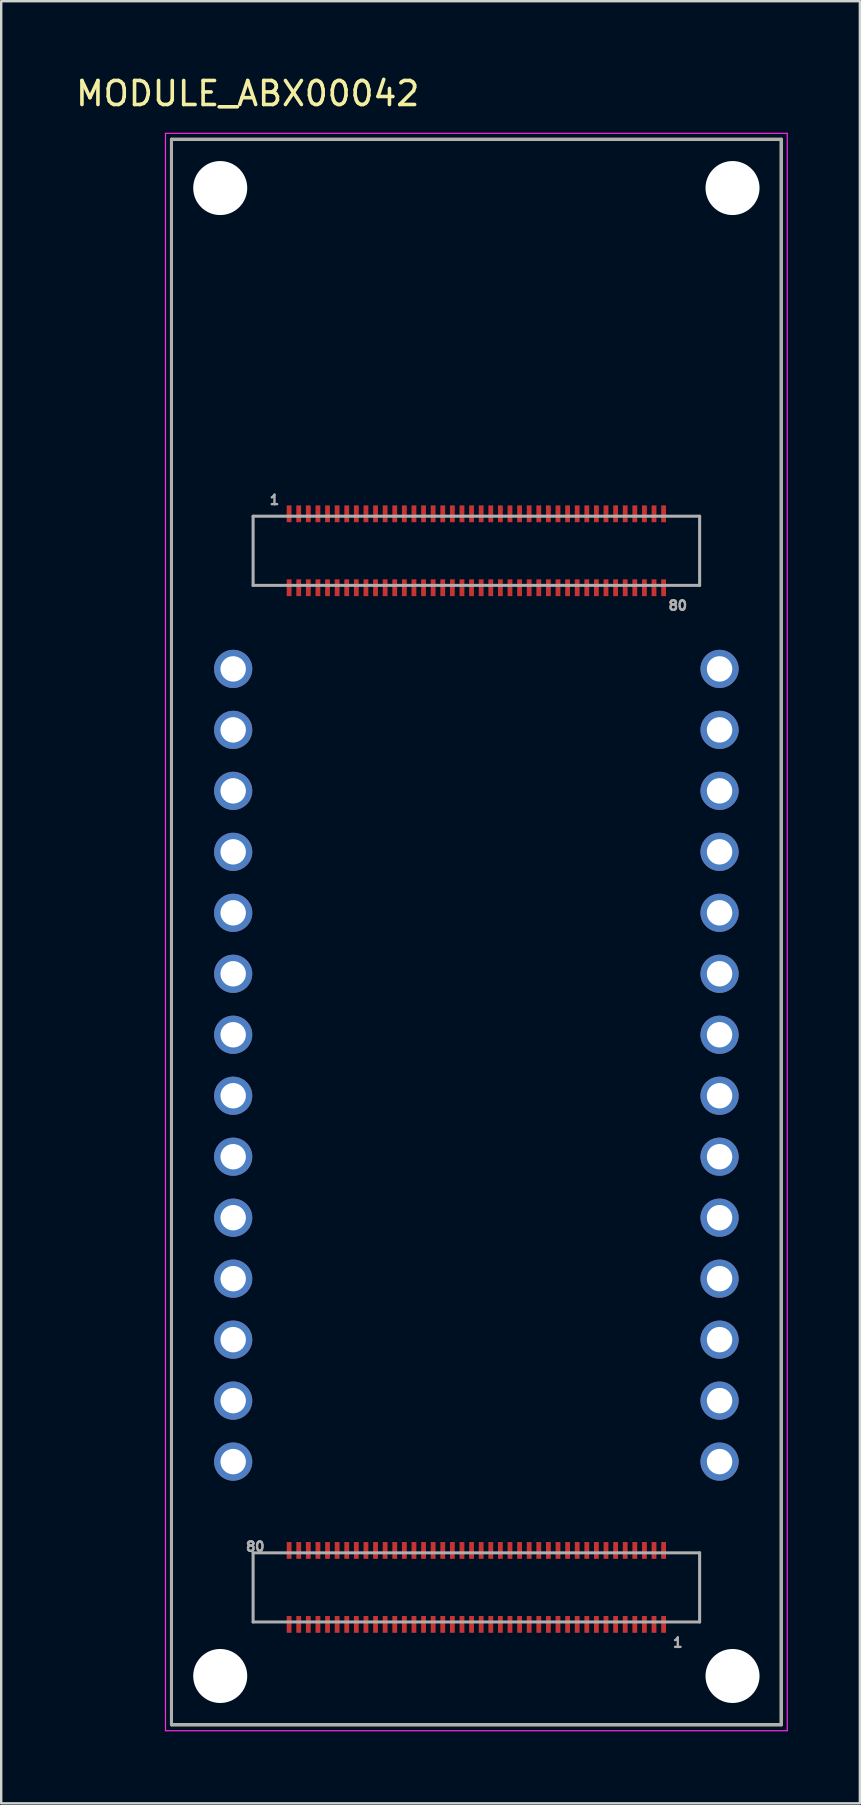
<source format=kicad_pcb>
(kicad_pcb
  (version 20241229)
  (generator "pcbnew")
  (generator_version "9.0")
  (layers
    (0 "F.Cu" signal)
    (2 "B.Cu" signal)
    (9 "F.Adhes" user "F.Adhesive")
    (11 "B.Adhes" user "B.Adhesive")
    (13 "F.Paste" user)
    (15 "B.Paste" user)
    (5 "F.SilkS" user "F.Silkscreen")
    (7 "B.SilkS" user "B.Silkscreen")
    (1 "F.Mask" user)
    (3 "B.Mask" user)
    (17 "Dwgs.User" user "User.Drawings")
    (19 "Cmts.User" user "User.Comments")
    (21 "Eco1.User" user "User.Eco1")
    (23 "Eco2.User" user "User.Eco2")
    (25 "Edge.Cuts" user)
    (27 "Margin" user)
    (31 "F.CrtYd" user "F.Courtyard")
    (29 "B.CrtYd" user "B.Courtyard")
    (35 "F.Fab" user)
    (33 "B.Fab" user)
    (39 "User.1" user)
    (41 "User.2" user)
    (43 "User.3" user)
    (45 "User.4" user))
  (footprint "MODULE_ABX00042"
    (layer "F.Cu")
    (at 16.793 35.773)
    (property "Reference" "MODULE_ABX00042" (at -9.525 -34.925 0) (layer "F.SilkS") (effects (font (size 1 1) (thickness 0.15))))
    (attr smd)
    (fp_line (start -12.7 -33.02) (end -12.7 33.02) (stroke (width 0.127) (type solid)) (layer "F.SilkS"))
    (fp_line (start -12.7 33.02) (end 12.7 33.02) (stroke (width 0.127) (type solid)) (layer "F.SilkS"))
    (fp_line (start 12.7 -33.02) (end -12.7 -33.02) (stroke (width 0.127) (type solid)) (layer "F.SilkS"))
    (fp_line (start 12.7 33.02) (end 12.7 -33.02) (stroke (width 0.127) (type solid)) (layer "F.SilkS"))
    (fp_line (start -12.95 -33.27) (end -12.95 33.27) (stroke (width 0.05) (type solid)) (layer "F.CrtYd"))
    (fp_line (start -12.95 33.27) (end 12.95 33.27) (stroke (width 0.05) (type solid)) (layer "F.CrtYd"))
    (fp_line (start 12.95 -33.27) (end -12.95 -33.27) (stroke (width 0.05) (type solid)) (layer "F.CrtYd"))
    (fp_line (start 12.95 33.27) (end 12.95 -33.27) (stroke (width 0.05) (type solid)) (layer "F.CrtYd"))
    (fp_line (start -12.7 -33.02) (end -12.7 33.02) (stroke (width 0.127) (type solid)) (layer "F.Fab"))
    (fp_line (start -12.7 33.02) (end 12.7 33.02) (stroke (width 0.127) (type solid)) (layer "F.Fab"))
    (fp_line (start -9.3 -17.32) (end -9.3 -14.44) (stroke (width 0.127) (type solid)) (layer "F.Fab"))
    (fp_line (start -9.3 -14.44) (end 9.3 -14.44) (stroke (width 0.127) (type solid)) (layer "F.Fab"))
    (fp_line (start -9.3 25.86) (end -9.3 28.74) (stroke (width 0.127) (type solid)) (layer "F.Fab"))
    (fp_line (start -9.3 28.74) (end 9.3 28.74) (stroke (width 0.127) (type solid)) (layer "F.Fab"))
    (fp_line (start 9.3 -17.32) (end -9.3 -17.32) (stroke (width 0.127) (type solid)) (layer "F.Fab"))
    (fp_line (start 9.3 -14.44) (end 9.3 -17.32) (stroke (width 0.127) (type solid)) (layer "F.Fab"))
    (fp_line (start 9.3 25.86) (end -9.3 25.86) (stroke (width 0.127) (type solid)) (layer "F.Fab"))
    (fp_line (start 9.3 28.74) (end 9.3 25.86) (stroke (width 0.127) (type solid)) (layer "F.Fab"))
    (fp_line (start 12.7 -33.02) (end -12.7 -33.02) (stroke (width 0.127) (type solid)) (layer "F.Fab"))
    (fp_line (start 12.7 33.02) (end 12.7 -33.02) (stroke (width 0.127) (type solid)) (layer "F.Fab"))
    (fp_text user "80" (at -9.21 25.6 0) (layer "F.Fab") (effects (font (size 0.394 0.394) (thickness 0.15))))
    (fp_text user "1" (at -8.41 -18 0) (layer "F.Fab") (effects (font (size 0.394 0.394) (thickness 0.15))))
    (fp_text user "1" (at 8.39 29.6 0) (layer "F.Fab") (effects (font (size 0.394 0.394) (thickness 0.15))))
    (fp_text user "80" (at 8.39 -13.6 0) (layer "F.Fab") (effects (font (size 0.394 0.394) (thickness 0.15))))
    (pad "" np_thru_hole circle (at -10.67 -30.99) (size 2.25 2.25) (drill 2.25) (layers "*.Cu" "*.Mask"))
    (pad "" np_thru_hole circle (at -10.67 30.99) (size 2.25 2.25) (drill 2.25) (layers "*.Cu" "*.Mask"))
    (pad "" np_thru_hole circle (at 10.67 -30.99) (size 2.25 2.25) (drill 2.25) (layers "*.Cu" "*.Mask"))
    (pad "" np_thru_hole circle (at 10.67 30.99) (size 2.25 2.25) (drill 2.25) (layers "*.Cu" "*.Mask"))
    (pad "J1_1" smd rect (at -7.8 -17.42) (size 0.2 0.7) (layers "F.Cu" "F.Mask" "F.Paste"))
    (pad "J1_2" smd rect (at -7.8 -14.34) (size 0.2 0.7) (layers "F.Cu" "F.Mask" "F.Paste"))
    (pad "J1_3" smd rect (at -7.4 -17.42) (size 0.2 0.7) (layers "F.Cu" "F.Mask" "F.Paste"))
    (pad "J1_4" smd rect (at -7.4 -14.34) (size 0.2 0.7) (layers "F.Cu" "F.Mask" "F.Paste"))
    (pad "J1_5" smd rect (at -7 -17.42) (size 0.2 0.7) (layers "F.Cu" "F.Mask" "F.Paste"))
    (pad "J1_6" smd rect (at -7 -14.34) (size 0.2 0.7) (layers "F.Cu" "F.Mask" "F.Paste"))
    (pad "J1_7" smd rect (at -6.6 -17.42) (size 0.2 0.7) (layers "F.Cu" "F.Mask" "F.Paste"))
    (pad "J1_8" smd rect (at -6.6 -14.34) (size 0.2 0.7) (layers "F.Cu" "F.Mask" "F.Paste"))
    (pad "J1_9" smd rect (at -6.2 -17.42) (size 0.2 0.7) (layers "F.Cu" "F.Mask" "F.Paste"))
    (pad "J1_10" smd rect (at -6.2 -14.34) (size 0.2 0.7) (layers "F.Cu" "F.Mask" "F.Paste"))
    (pad "J1_11" smd rect (at -5.8 -17.42) (size 0.2 0.7) (layers "F.Cu" "F.Mask" "F.Paste"))
    (pad "J1_12" smd rect (at -5.8 -14.34) (size 0.2 0.7) (layers "F.Cu" "F.Mask" "F.Paste"))
    (pad "J1_13" smd rect (at -5.4 -17.42) (size 0.2 0.7) (layers "F.Cu" "F.Mask" "F.Paste"))
    (pad "J1_14" smd rect (at -5.4 -14.34) (size 0.2 0.7) (layers "F.Cu" "F.Mask" "F.Paste"))
    (pad "J1_15" smd rect (at -5 -17.42) (size 0.2 0.7) (layers "F.Cu" "F.Mask" "F.Paste"))
    (pad "J1_16" smd rect (at -5 -14.34) (size 0.2 0.7) (layers "F.Cu" "F.Mask" "F.Paste"))
    (pad "J1_17" smd rect (at -4.6 -17.42) (size 0.2 0.7) (layers "F.Cu" "F.Mask" "F.Paste"))
    (pad "J1_18" smd rect (at -4.6 -14.34) (size 0.2 0.7) (layers "F.Cu" "F.Mask" "F.Paste"))
    (pad "J1_19" smd rect (at -4.2 -17.42) (size 0.2 0.7) (layers "F.Cu" "F.Mask" "F.Paste"))
    (pad "J1_20" smd rect (at -4.2 -14.34) (size 0.2 0.7) (layers "F.Cu" "F.Mask" "F.Paste"))
    (pad "J1_21" smd rect (at -3.8 -17.42) (size 0.2 0.7) (layers "F.Cu" "F.Mask" "F.Paste"))
    (pad "J1_22" smd rect (at -3.8 -14.34) (size 0.2 0.7) (layers "F.Cu" "F.Mask" "F.Paste"))
    (pad "J1_23" smd rect (at -3.4 -17.42) (size 0.2 0.7) (layers "F.Cu" "F.Mask" "F.Paste"))
    (pad "J1_24" smd rect (at -3.4 -14.34) (size 0.2 0.7) (layers "F.Cu" "F.Mask" "F.Paste"))
    (pad "J1_25" smd rect (at -3 -17.42) (size 0.2 0.7) (layers "F.Cu" "F.Mask" "F.Paste"))
    (pad "J1_26" smd rect (at -3 -14.34) (size 0.2 0.7) (layers "F.Cu" "F.Mask" "F.Paste"))
    (pad "J1_27" smd rect (at -2.6 -17.42) (size 0.2 0.7) (layers "F.Cu" "F.Mask" "F.Paste"))
    (pad "J1_28" smd rect (at -2.6 -14.34) (size 0.2 0.7) (layers "F.Cu" "F.Mask" "F.Paste"))
    (pad "J1_29" smd rect (at -2.2 -17.42) (size 0.2 0.7) (layers "F.Cu" "F.Mask" "F.Paste"))
    (pad "J1_30" smd rect (at -2.2 -14.34) (size 0.2 0.7) (layers "F.Cu" "F.Mask" "F.Paste"))
    (pad "J1_31" smd rect (at -1.8 -17.42) (size 0.2 0.7) (layers "F.Cu" "F.Mask" "F.Paste"))
    (pad "J1_32" smd rect (at -1.8 -14.34) (size 0.2 0.7) (layers "F.Cu" "F.Mask" "F.Paste"))
    (pad "J1_33" smd rect (at -1.4 -17.42) (size 0.2 0.7) (layers "F.Cu" "F.Mask" "F.Paste"))
    (pad "J1_34" smd rect (at -1.4 -14.34) (size 0.2 0.7) (layers "F.Cu" "F.Mask" "F.Paste"))
    (pad "J1_35" smd rect (at -1 -17.42) (size 0.2 0.7) (layers "F.Cu" "F.Mask" "F.Paste"))
    (pad "J1_36" smd rect (at -1 -14.34) (size 0.2 0.7) (layers "F.Cu" "F.Mask" "F.Paste"))
    (pad "J1_37" smd rect (at -0.6 -17.42) (size 0.2 0.7) (layers "F.Cu" "F.Mask" "F.Paste"))
    (pad "J1_38" smd rect (at -0.6 -14.34) (size 0.2 0.7) (layers "F.Cu" "F.Mask" "F.Paste"))
    (pad "J1_39" smd rect (at -0.2 -17.42) (size 0.2 0.7) (layers "F.Cu" "F.Mask" "F.Paste"))
    (pad "J1_40" smd rect (at -0.2 -14.34) (size 0.2 0.7) (layers "F.Cu" "F.Mask" "F.Paste"))
    (pad "J1_41" smd rect (at 0.2 -17.42) (size 0.2 0.7) (layers "F.Cu" "F.Mask" "F.Paste"))
    (pad "J1_42" smd rect (at 0.2 -14.34) (size 0.2 0.7) (layers "F.Cu" "F.Mask" "F.Paste"))
    (pad "J1_43" smd rect (at 0.6 -17.42) (size 0.2 0.7) (layers "F.Cu" "F.Mask" "F.Paste"))
    (pad "J1_44" smd rect (at 0.6 -14.34) (size 0.2 0.7) (layers "F.Cu" "F.Mask" "F.Paste"))
    (pad "J1_45" smd rect (at 1 -17.42) (size 0.2 0.7) (layers "F.Cu" "F.Mask" "F.Paste"))
    (pad "J1_46" smd rect (at 1 -14.34) (size 0.2 0.7) (layers "F.Cu" "F.Mask" "F.Paste"))
    (pad "J1_47" smd rect (at 1.4 -17.42) (size 0.2 0.7) (layers "F.Cu" "F.Mask" "F.Paste"))
    (pad "J1_48" smd rect (at 1.4 -14.34) (size 0.2 0.7) (layers "F.Cu" "F.Mask" "F.Paste"))
    (pad "J1_49" smd rect (at 1.8 -17.42) (size 0.2 0.7) (layers "F.Cu" "F.Mask" "F.Paste"))
    (pad "J1_50" smd rect (at 1.8 -14.34) (size 0.2 0.7) (layers "F.Cu" "F.Mask" "F.Paste"))
    (pad "J1_51" smd rect (at 2.2 -17.42) (size 0.2 0.7) (layers "F.Cu" "F.Mask" "F.Paste"))
    (pad "J1_52" smd rect (at 2.2 -14.34) (size 0.2 0.7) (layers "F.Cu" "F.Mask" "F.Paste"))
    (pad "J1_53" smd rect (at 2.6 -17.42) (size 0.2 0.7) (layers "F.Cu" "F.Mask" "F.Paste"))
    (pad "J1_54" smd rect (at 2.6 -14.34) (size 0.2 0.7) (layers "F.Cu" "F.Mask" "F.Paste"))
    (pad "J1_55" smd rect (at 3 -17.42) (size 0.2 0.7) (layers "F.Cu" "F.Mask" "F.Paste"))
    (pad "J1_56" smd rect (at 3 -14.34) (size 0.2 0.7) (layers "F.Cu" "F.Mask" "F.Paste"))
    (pad "J1_57" smd rect (at 3.4 -17.42) (size 0.2 0.7) (layers "F.Cu" "F.Mask" "F.Paste"))
    (pad "J1_58" smd rect (at 3.4 -14.34) (size 0.2 0.7) (layers "F.Cu" "F.Mask" "F.Paste"))
    (pad "J1_59" smd rect (at 3.8 -17.42) (size 0.2 0.7) (layers "F.Cu" "F.Mask" "F.Paste"))
    (pad "J1_60" smd rect (at 3.8 -14.34) (size 0.2 0.7) (layers "F.Cu" "F.Mask" "F.Paste"))
    (pad "J1_61" smd rect (at 4.2 -17.42) (size 0.2 0.7) (layers "F.Cu" "F.Mask" "F.Paste"))
    (pad "J1_62" smd rect (at 4.2 -14.34) (size 0.2 0.7) (layers "F.Cu" "F.Mask" "F.Paste"))
    (pad "J1_63" smd rect (at 4.6 -17.42) (size 0.2 0.7) (layers "F.Cu" "F.Mask" "F.Paste"))
    (pad "J1_64" smd rect (at 4.6 -14.34) (size 0.2 0.7) (layers "F.Cu" "F.Mask" "F.Paste"))
    (pad "J1_65" smd rect (at 5 -17.42) (size 0.2 0.7) (layers "F.Cu" "F.Mask" "F.Paste"))
    (pad "J1_66" smd rect (at 5 -14.34) (size 0.2 0.7) (layers "F.Cu" "F.Mask" "F.Paste"))
    (pad "J1_67" smd rect (at 5.4 -17.42) (size 0.2 0.7) (layers "F.Cu" "F.Mask" "F.Paste"))
    (pad "J1_68" smd rect (at 5.4 -14.34) (size 0.2 0.7) (layers "F.Cu" "F.Mask" "F.Paste"))
    (pad "J1_69" smd rect (at 5.8 -17.42) (size 0.2 0.7) (layers "F.Cu" "F.Mask" "F.Paste"))
    (pad "J1_70" smd rect (at 5.8 -14.34) (size 0.2 0.7) (layers "F.Cu" "F.Mask" "F.Paste"))
    (pad "J1_71" smd rect (at 6.2 -17.42) (size 0.2 0.7) (layers "F.Cu" "F.Mask" "F.Paste"))
    (pad "J1_72" smd rect (at 6.2 -14.34) (size 0.2 0.7) (layers "F.Cu" "F.Mask" "F.Paste"))
    (pad "J1_73" smd rect (at 6.6 -17.42) (size 0.2 0.7) (layers "F.Cu" "F.Mask" "F.Paste"))
    (pad "J1_74" smd rect (at 6.6 -14.34) (size 0.2 0.7) (layers "F.Cu" "F.Mask" "F.Paste"))
    (pad "J1_75" smd rect (at 7 -17.42) (size 0.2 0.7) (layers "F.Cu" "F.Mask" "F.Paste"))
    (pad "J1_76" smd rect (at 7 -14.34) (size 0.2 0.7) (layers "F.Cu" "F.Mask" "F.Paste"))
    (pad "J1_77" smd rect (at 7.4 -17.42) (size 0.2 0.7) (layers "F.Cu" "F.Mask" "F.Paste"))
    (pad "J1_78" smd rect (at 7.4 -14.34) (size 0.2 0.7) (layers "F.Cu" "F.Mask" "F.Paste"))
    (pad "J1_79" smd rect (at 7.8 -17.42) (size 0.2 0.7) (layers "F.Cu" "F.Mask" "F.Paste"))
    (pad "J1_80" smd rect (at 7.8 -14.34) (size 0.2 0.7) (layers "F.Cu" "F.Mask" "F.Paste"))
    (pad "J2_1" smd rect (at 7.8 28.84) (size 0.2 0.7) (layers "F.Cu" "F.Mask" "F.Paste"))
    (pad "J2_2" smd rect (at 7.8 25.76) (size 0.2 0.7) (layers "F.Cu" "F.Mask" "F.Paste"))
    (pad "J2_3" smd rect (at 7.4 28.84) (size 0.2 0.7) (layers "F.Cu" "F.Mask" "F.Paste"))
    (pad "J2_4" smd rect (at 7.4 25.76) (size 0.2 0.7) (layers "F.Cu" "F.Mask" "F.Paste"))
    (pad "J2_5" smd rect (at 7 28.84) (size 0.2 0.7) (layers "F.Cu" "F.Mask" "F.Paste"))
    (pad "J2_6" smd rect (at 7 25.76) (size 0.2 0.7) (layers "F.Cu" "F.Mask" "F.Paste"))
    (pad "J2_7" smd rect (at 6.6 28.84) (size 0.2 0.7) (layers "F.Cu" "F.Mask" "F.Paste"))
    (pad "J2_8" smd rect (at 6.6 25.76) (size 0.2 0.7) (layers "F.Cu" "F.Mask" "F.Paste"))
    (pad "J2_9" smd rect (at 6.2 28.84) (size 0.2 0.7) (layers "F.Cu" "F.Mask" "F.Paste"))
    (pad "J2_10" smd rect (at 6.2 25.76) (size 0.2 0.7) (layers "F.Cu" "F.Mask" "F.Paste"))
    (pad "J2_11" smd rect (at 5.8 28.84) (size 0.2 0.7) (layers "F.Cu" "F.Mask" "F.Paste"))
    (pad "J2_12" smd rect (at 5.8 25.76) (size 0.2 0.7) (layers "F.Cu" "F.Mask" "F.Paste"))
    (pad "J2_13" smd rect (at 5.4 28.84) (size 0.2 0.7) (layers "F.Cu" "F.Mask" "F.Paste"))
    (pad "J2_14" smd rect (at 5.4 25.76) (size 0.2 0.7) (layers "F.Cu" "F.Mask" "F.Paste"))
    (pad "J2_15" smd rect (at 5 28.84) (size 0.2 0.7) (layers "F.Cu" "F.Mask" "F.Paste"))
    (pad "J2_16" smd rect (at 5 25.76) (size 0.2 0.7) (layers "F.Cu" "F.Mask" "F.Paste"))
    (pad "J2_17" smd rect (at 4.6 28.84) (size 0.2 0.7) (layers "F.Cu" "F.Mask" "F.Paste"))
    (pad "J2_18" smd rect (at 4.6 25.76) (size 0.2 0.7) (layers "F.Cu" "F.Mask" "F.Paste"))
    (pad "J2_19" smd rect (at 4.2 28.84) (size 0.2 0.7) (layers "F.Cu" "F.Mask" "F.Paste"))
    (pad "J2_20" smd rect (at 4.2 25.76) (size 0.2 0.7) (layers "F.Cu" "F.Mask" "F.Paste"))
    (pad "J2_21" smd rect (at 3.8 28.84) (size 0.2 0.7) (layers "F.Cu" "F.Mask" "F.Paste"))
    (pad "J2_22" smd rect (at 3.8 25.76) (size 0.2 0.7) (layers "F.Cu" "F.Mask" "F.Paste"))
    (pad "J2_23" smd rect (at 3.4 28.84) (size 0.2 0.7) (layers "F.Cu" "F.Mask" "F.Paste"))
    (pad "J2_24" smd rect (at 3.4 25.76) (size 0.2 0.7) (layers "F.Cu" "F.Mask" "F.Paste"))
    (pad "J2_25" smd rect (at 3 28.84) (size 0.2 0.7) (layers "F.Cu" "F.Mask" "F.Paste"))
    (pad "J2_26" smd rect (at 3 25.76) (size 0.2 0.7) (layers "F.Cu" "F.Mask" "F.Paste"))
    (pad "J2_27" smd rect (at 2.6 28.84) (size 0.2 0.7) (layers "F.Cu" "F.Mask" "F.Paste"))
    (pad "J2_28" smd rect (at 2.6 25.76) (size 0.2 0.7) (layers "F.Cu" "F.Mask" "F.Paste"))
    (pad "J2_29" smd rect (at 2.2 28.84) (size 0.2 0.7) (layers "F.Cu" "F.Mask" "F.Paste"))
    (pad "J2_30" smd rect (at 2.2 25.76) (size 0.2 0.7) (layers "F.Cu" "F.Mask" "F.Paste"))
    (pad "J2_31" smd rect (at 1.8 28.84) (size 0.2 0.7) (layers "F.Cu" "F.Mask" "F.Paste"))
    (pad "J2_32" smd rect (at 1.8 25.76) (size 0.2 0.7) (layers "F.Cu" "F.Mask" "F.Paste"))
    (pad "J2_33" smd rect (at 1.4 28.84) (size 0.2 0.7) (layers "F.Cu" "F.Mask" "F.Paste"))
    (pad "J2_34" smd rect (at 1.4 25.76) (size 0.2 0.7) (layers "F.Cu" "F.Mask" "F.Paste"))
    (pad "J2_35" smd rect (at 1 28.84) (size 0.2 0.7) (layers "F.Cu" "F.Mask" "F.Paste"))
    (pad "J2_36" smd rect (at 1 25.76) (size 0.2 0.7) (layers "F.Cu" "F.Mask" "F.Paste"))
    (pad "J2_37" smd rect (at 0.6 28.84) (size 0.2 0.7) (layers "F.Cu" "F.Mask" "F.Paste"))
    (pad "J2_38" smd rect (at 0.6 25.76) (size 0.2 0.7) (layers "F.Cu" "F.Mask" "F.Paste"))
    (pad "J2_39" smd rect (at 0.2 28.84) (size 0.2 0.7) (layers "F.Cu" "F.Mask" "F.Paste"))
    (pad "J2_40" smd rect (at 0.2 25.76) (size 0.2 0.7) (layers "F.Cu" "F.Mask" "F.Paste"))
    (pad "J2_41" smd rect (at -0.2 28.84) (size 0.2 0.7) (layers "F.Cu" "F.Mask" "F.Paste"))
    (pad "J2_42" smd rect (at -0.2 25.76) (size 0.2 0.7) (layers "F.Cu" "F.Mask" "F.Paste"))
    (pad "J2_43" smd rect (at -0.6 28.84) (size 0.2 0.7) (layers "F.Cu" "F.Mask" "F.Paste"))
    (pad "J2_44" smd rect (at -0.6 25.76) (size 0.2 0.7) (layers "F.Cu" "F.Mask" "F.Paste"))
    (pad "J2_45" smd rect (at -1 28.84) (size 0.2 0.7) (layers "F.Cu" "F.Mask" "F.Paste"))
    (pad "J2_46" smd rect (at -1 25.76) (size 0.2 0.7) (layers "F.Cu" "F.Mask" "F.Paste"))
    (pad "J2_47" smd rect (at -1.4 28.84) (size 0.2 0.7) (layers "F.Cu" "F.Mask" "F.Paste"))
    (pad "J2_48" smd rect (at -1.4 25.76) (size 0.2 0.7) (layers "F.Cu" "F.Mask" "F.Paste"))
    (pad "J2_49" smd rect (at -1.8 28.84) (size 0.2 0.7) (layers "F.Cu" "F.Mask" "F.Paste"))
    (pad "J2_50" smd rect (at -1.8 25.76) (size 0.2 0.7) (layers "F.Cu" "F.Mask" "F.Paste"))
    (pad "J2_51" smd rect (at -2.2 28.84) (size 0.2 0.7) (layers "F.Cu" "F.Mask" "F.Paste"))
    (pad "J2_52" smd rect (at -2.2 25.76) (size 0.2 0.7) (layers "F.Cu" "F.Mask" "F.Paste"))
    (pad "J2_53" smd rect (at -2.6 28.84) (size 0.2 0.7) (layers "F.Cu" "F.Mask" "F.Paste"))
    (pad "J2_54" smd rect (at -2.6 25.76) (size 0.2 0.7) (layers "F.Cu" "F.Mask" "F.Paste"))
    (pad "J2_55" smd rect (at -3 28.84) (size 0.2 0.7) (layers "F.Cu" "F.Mask" "F.Paste"))
    (pad "J2_56" smd rect (at -3 25.76) (size 0.2 0.7) (layers "F.Cu" "F.Mask" "F.Paste"))
    (pad "J2_57" smd rect (at -3.4 28.84) (size 0.2 0.7) (layers "F.Cu" "F.Mask" "F.Paste"))
    (pad "J2_58" smd rect (at -3.4 25.76) (size 0.2 0.7) (layers "F.Cu" "F.Mask" "F.Paste"))
    (pad "J2_59" smd rect (at -3.8 28.84) (size 0.2 0.7) (layers "F.Cu" "F.Mask" "F.Paste"))
    (pad "J2_60" smd rect (at -3.8 25.76) (size 0.2 0.7) (layers "F.Cu" "F.Mask" "F.Paste"))
    (pad "J2_61" smd rect (at -4.2 28.84) (size 0.2 0.7) (layers "F.Cu" "F.Mask" "F.Paste"))
    (pad "J2_62" smd rect (at -4.2 25.76) (size 0.2 0.7) (layers "F.Cu" "F.Mask" "F.Paste"))
    (pad "J2_63" smd rect (at -4.6 28.84) (size 0.2 0.7) (layers "F.Cu" "F.Mask" "F.Paste"))
    (pad "J2_64" smd rect (at -4.6 25.76) (size 0.2 0.7) (layers "F.Cu" "F.Mask" "F.Paste"))
    (pad "J2_65" smd rect (at -5 28.84) (size 0.2 0.7) (layers "F.Cu" "F.Mask" "F.Paste"))
    (pad "J2_66" smd rect (at -5 25.76) (size 0.2 0.7) (layers "F.Cu" "F.Mask" "F.Paste"))
    (pad "J2_67" smd rect (at -5.4 28.84) (size 0.2 0.7) (layers "F.Cu" "F.Mask" "F.Paste"))
    (pad "J2_68" smd rect (at -5.4 25.76) (size 0.2 0.7) (layers "F.Cu" "F.Mask" "F.Paste"))
    (pad "J2_69" smd rect (at -5.8 28.84) (size 0.2 0.7) (layers "F.Cu" "F.Mask" "F.Paste"))
    (pad "J2_70" smd rect (at -5.8 25.76) (size 0.2 0.7) (layers "F.Cu" "F.Mask" "F.Paste"))
    (pad "J2_71" smd rect (at -6.2 28.84) (size 0.2 0.7) (layers "F.Cu" "F.Mask" "F.Paste"))
    (pad "J2_72" smd rect (at -6.2 25.76) (size 0.2 0.7) (layers "F.Cu" "F.Mask" "F.Paste"))
    (pad "J2_73" smd rect (at -6.6 28.84) (size 0.2 0.7) (layers "F.Cu" "F.Mask" "F.Paste"))
    (pad "J2_74" smd rect (at -6.6 25.76) (size 0.2 0.7) (layers "F.Cu" "F.Mask" "F.Paste"))
    (pad "J2_75" smd rect (at -7 28.84) (size 0.2 0.7) (layers "F.Cu" "F.Mask" "F.Paste"))
    (pad "J2_76" smd rect (at -7 25.76) (size 0.2 0.7) (layers "F.Cu" "F.Mask" "F.Paste"))
    (pad "J2_77" smd rect (at -7.4 28.84) (size 0.2 0.7) (layers "F.Cu" "F.Mask" "F.Paste"))
    (pad "J2_78" smd rect (at -7.4 25.76) (size 0.2 0.7) (layers "F.Cu" "F.Mask" "F.Paste"))
    (pad "J2_79" smd rect (at -7.8 28.84) (size 0.2 0.7) (layers "F.Cu" "F.Mask" "F.Paste"))
    (pad "J2_80" smd rect (at -7.8 25.76) (size 0.2 0.7) (layers "F.Cu" "F.Mask" "F.Paste"))
    (pad "JA1" thru_hole circle (at -10.13 -10.96) (size 1.59 1.59) (drill 1.06) (layers "*.Cu" "*.Mask"))
    (pad "JA2" thru_hole circle (at -10.13 -8.42) (size 1.59 1.59) (drill 1.06) (layers "*.Cu" "*.Mask"))
    (pad "JA3" thru_hole circle (at -10.13 -5.88) (size 1.59 1.59) (drill 1.06) (layers "*.Cu" "*.Mask"))
    (pad "JA4" thru_hole circle (at -10.13 -3.34) (size 1.59 1.59) (drill 1.06) (layers "*.Cu" "*.Mask"))
    (pad "JA5" thru_hole circle (at -10.13 -0.8) (size 1.59 1.59) (drill 1.06) (layers "*.Cu" "*.Mask"))
    (pad "JA6" thru_hole circle (at -10.13 1.74) (size 1.59 1.59) (drill 1.06) (layers "*.Cu" "*.Mask"))
    (pad "JA7" thru_hole circle (at -10.13 4.28) (size 1.59 1.59) (drill 1.06) (layers "*.Cu" "*.Mask"))
    (pad "JA8" thru_hole circle (at -10.13 6.82) (size 1.59 1.59) (drill 1.06) (layers "*.Cu" "*.Mask"))
    (pad "JA9" thru_hole circle (at -10.13 9.36) (size 1.59 1.59) (drill 1.06) (layers "*.Cu" "*.Mask"))
    (pad "JA10" thru_hole circle (at -10.13 11.9) (size 1.59 1.59) (drill 1.06) (layers "*.Cu" "*.Mask"))
    (pad "JA11" thru_hole circle (at -10.13 14.44) (size 1.59 1.59) (drill 1.06) (layers "*.Cu" "*.Mask"))
    (pad "JA12" thru_hole circle (at -10.13 16.98) (size 1.59 1.59) (drill 1.06) (layers "*.Cu" "*.Mask"))
    (pad "JA13" thru_hole circle (at -10.13 19.52) (size 1.59 1.59) (drill 1.06) (layers "*.Cu" "*.Mask"))
    (pad "JA14" thru_hole circle (at -10.13 22.06) (size 1.59 1.59) (drill 1.06) (layers "*.Cu" "*.Mask"))
    (pad "JD1" thru_hole circle (at 10.13 -10.96) (size 1.59 1.59) (drill 1.06) (layers "*.Cu" "*.Mask"))
    (pad "JD2" thru_hole circle (at 10.13 -8.42) (size 1.59 1.59) (drill 1.06) (layers "*.Cu" "*.Mask"))
    (pad "JD3" thru_hole circle (at 10.13 -5.88) (size 1.59 1.59) (drill 1.06) (layers "*.Cu" "*.Mask"))
    (pad "JD4" thru_hole circle (at 10.13 -3.34) (size 1.59 1.59) (drill 1.06) (layers "*.Cu" "*.Mask"))
    (pad "JD5" thru_hole circle (at 10.13 -0.8) (size 1.59 1.59) (drill 1.06) (layers "*.Cu" "*.Mask"))
    (pad "JD6" thru_hole circle (at 10.13 1.74) (size 1.59 1.59) (drill 1.06) (layers "*.Cu" "*.Mask"))
    (pad "JD7" thru_hole circle (at 10.13 4.28) (size 1.59 1.59) (drill 1.06) (layers "*.Cu" "*.Mask"))
    (pad "JD8" thru_hole circle (at 10.13 6.82) (size 1.59 1.59) (drill 1.06) (layers "*.Cu" "*.Mask"))
    (pad "JD9" thru_hole circle (at 10.13 9.36) (size 1.59 1.59) (drill 1.06) (layers "*.Cu" "*.Mask"))
    (pad "JD10" thru_hole circle (at 10.13 11.9) (size 1.59 1.59) (drill 1.06) (layers "*.Cu" "*.Mask"))
    (pad "JD11" thru_hole circle (at 10.13 14.44) (size 1.59 1.59) (drill 1.06) (layers "*.Cu" "*.Mask"))
    (pad "JD12" thru_hole circle (at 10.13 16.98) (size 1.59 1.59) (drill 1.06) (layers "*.Cu" "*.Mask"))
    (pad "JD13" thru_hole circle (at 10.13 19.52) (size 1.59 1.59) (drill 1.06) (layers "*.Cu" "*.Mask"))
    (pad "JD14" thru_hole circle (at 10.13 22.06) (size 1.59 1.59) (drill 1.06) (layers "*.Cu" "*.Mask"))
    (zone (net_name "") (layer "F.Cu") (hatch full 0.508) (connect_pads) (min_thickness 0.01) (filled_areas_thickness no) (keepout (tracks not_allowed) (vias not_allowed) (pads not_allowed) (copperpour not_allowed) (footprints allowed)) (placement (enabled no)) (fill) (polygon (pts (xy 8.893 18.703) (xy 9.093 18.703) (xy 9.093 19.143) (xy 8.893 19.143))))
    (zone (net_name "") (layer "F.Cu") (hatch full 0.508) (connect_pads) (min_thickness 0.01) (filled_areas_thickness no) (keepout (tracks not_allowed) (vias not_allowed) (pads not_allowed) (copperpour not_allowed) (footprints allowed)) (placement (enabled no)) (fill) (polygon (pts (xy 8.893 20.643) (xy 9.093 20.643) (xy 9.093 21.083) (xy 8.893 21.083))))
    (zone (net_name "") (layer "F.Cu") (hatch full 0.508) (connect_pads) (min_thickness 0.01) (filled_areas_thickness no) (keepout (tracks not_allowed) (vias not_allowed) (pads not_allowed) (copperpour not_allowed) (footprints allowed)) (placement (enabled no)) (fill) (polygon (pts (xy 8.893 61.883) (xy 9.093 61.883) (xy 9.093 62.323) (xy 8.893 62.323))))
    (zone (net_name "") (layer "F.Cu") (hatch full 0.508) (connect_pads) (min_thickness 0.01) (filled_areas_thickness no) (keepout (tracks not_allowed) (vias not_allowed) (pads not_allowed) (copperpour not_allowed) (footprints allowed)) (placement (enabled no)) (fill) (polygon (pts (xy 8.893 63.823) (xy 9.093 63.823) (xy 9.093 64.263) (xy 8.893 64.263))))
    (zone (net_name "") (layer "F.Cu") (hatch full 0.508) (connect_pads) (min_thickness 0.01) (filled_areas_thickness no) (keepout (tracks not_allowed) (vias not_allowed) (pads not_allowed) (copperpour not_allowed) (footprints allowed)) (placement (enabled no)) (fill) (polygon (pts (xy 9.293 18.703) (xy 9.493 18.703) (xy 9.493 19.143) (xy 9.293 19.143))))
    (zone (net_name "") (layer "F.Cu") (hatch full 0.508) (connect_pads) (min_thickness 0.01) (filled_areas_thickness no) (keepout (tracks not_allowed) (vias not_allowed) (pads not_allowed) (copperpour not_allowed) (footprints allowed)) (placement (enabled no)) (fill) (polygon (pts (xy 9.293 20.643) (xy 9.493 20.643) (xy 9.493 21.083) (xy 9.293 21.083))))
    (zone (net_name "") (layer "F.Cu") (hatch full 0.508) (connect_pads) (min_thickness 0.01) (filled_areas_thickness no) (keepout (tracks not_allowed) (vias not_allowed) (pads not_allowed) (copperpour not_allowed) (footprints allowed)) (placement (enabled no)) (fill) (polygon (pts (xy 9.293 61.883) (xy 9.493 61.883) (xy 9.493 62.323) (xy 9.293 62.323))))
    (zone (net_name "") (layer "F.Cu") (hatch full 0.508) (connect_pads) (min_thickness 0.01) (filled_areas_thickness no) (keepout (tracks not_allowed) (vias not_allowed) (pads not_allowed) (copperpour not_allowed) (footprints allowed)) (placement (enabled no)) (fill) (polygon (pts (xy 9.293 63.823) (xy 9.493 63.823) (xy 9.493 64.263) (xy 9.293 64.263))))
    (zone (net_name "") (layer "F.Cu") (hatch full 0.508) (connect_pads) (min_thickness 0.01) (filled_areas_thickness no) (keepout (tracks not_allowed) (vias not_allowed) (pads not_allowed) (copperpour not_allowed) (footprints allowed)) (placement (enabled no)) (fill) (polygon (pts (xy 9.693 18.703) (xy 9.893 18.703) (xy 9.893 19.143) (xy 9.693 19.143))))
    (zone (net_name "") (layer "F.Cu") (hatch full 0.508) (connect_pads) (min_thickness 0.01) (filled_areas_thickness no) (keepout (tracks not_allowed) (vias not_allowed) (pads not_allowed) (copperpour not_allowed) (footprints allowed)) (placement (enabled no)) (fill) (polygon (pts (xy 9.693 20.643) (xy 9.893 20.643) (xy 9.893 21.083) (xy 9.693 21.083))))
    (zone (net_name "") (layer "F.Cu") (hatch full 0.508) (connect_pads) (min_thickness 0.01) (filled_areas_thickness no) (keepout (tracks not_allowed) (vias not_allowed) (pads not_allowed) (copperpour not_allowed) (footprints allowed)) (placement (enabled no)) (fill) (polygon (pts (xy 9.693 61.883) (xy 9.893 61.883) (xy 9.893 62.323) (xy 9.693 62.323))))
    (zone (net_name "") (layer "F.Cu") (hatch full 0.508) (connect_pads) (min_thickness 0.01) (filled_areas_thickness no) (keepout (tracks not_allowed) (vias not_allowed) (pads not_allowed) (copperpour not_allowed) (footprints allowed)) (placement (enabled no)) (fill) (polygon (pts (xy 9.693 63.823) (xy 9.893 63.823) (xy 9.893 64.263) (xy 9.693 64.263))))
    (zone (net_name "") (layer "F.Cu") (hatch full 0.508) (connect_pads) (min_thickness 0.01) (filled_areas_thickness no) (keepout (tracks not_allowed) (vias not_allowed) (pads not_allowed) (copperpour not_allowed) (footprints allowed)) (placement (enabled no)) (fill) (polygon (pts (xy 10.093 18.703) (xy 10.293 18.703) (xy 10.293 19.143) (xy 10.093 19.143))))
    (zone (net_name "") (layer "F.Cu") (hatch full 0.508) (connect_pads) (min_thickness 0.01) (filled_areas_thickness no) (keepout (tracks not_allowed) (vias not_allowed) (pads not_allowed) (copperpour not_allowed) (footprints allowed)) (placement (enabled no)) (fill) (polygon (pts (xy 10.093 20.643) (xy 10.293 20.643) (xy 10.293 21.083) (xy 10.093 21.083))))
    (zone (net_name "") (layer "F.Cu") (hatch full 0.508) (connect_pads) (min_thickness 0.01) (filled_areas_thickness no) (keepout (tracks not_allowed) (vias not_allowed) (pads not_allowed) (copperpour not_allowed) (footprints allowed)) (placement (enabled no)) (fill) (polygon (pts (xy 10.093 61.883) (xy 10.293 61.883) (xy 10.293 62.323) (xy 10.093 62.323))))
    (zone (net_name "") (layer "F.Cu") (hatch full 0.508) (connect_pads) (min_thickness 0.01) (filled_areas_thickness no) (keepout (tracks not_allowed) (vias not_allowed) (pads not_allowed) (copperpour not_allowed) (footprints allowed)) (placement (enabled no)) (fill) (polygon (pts (xy 10.093 63.823) (xy 10.293 63.823) (xy 10.293 64.263) (xy 10.093 64.263))))
    (zone (net_name "") (layer "F.Cu") (hatch full 0.508) (connect_pads) (min_thickness 0.01) (filled_areas_thickness no) (keepout (tracks not_allowed) (vias not_allowed) (pads not_allowed) (copperpour not_allowed) (footprints allowed)) (placement (enabled no)) (fill) (polygon (pts (xy 10.493 18.703) (xy 10.693 18.703) (xy 10.693 19.143) (xy 10.493 19.143))))
    (zone (net_name "") (layer "F.Cu") (hatch full 0.508) (connect_pads) (min_thickness 0.01) (filled_areas_thickness no) (keepout (tracks not_allowed) (vias not_allowed) (pads not_allowed) (copperpour not_allowed) (footprints allowed)) (placement (enabled no)) (fill) (polygon (pts (xy 10.493 20.643) (xy 10.693 20.643) (xy 10.693 21.083) (xy 10.493 21.083))))
    (zone (net_name "") (layer "F.Cu") (hatch full 0.508) (connect_pads) (min_thickness 0.01) (filled_areas_thickness no) (keepout (tracks not_allowed) (vias not_allowed) (pads not_allowed) (copperpour not_allowed) (footprints allowed)) (placement (enabled no)) (fill) (polygon (pts (xy 10.493 61.883) (xy 10.693 61.883) (xy 10.693 62.323) (xy 10.493 62.323))))
    (zone (net_name "") (layer "F.Cu") (hatch full 0.508) (connect_pads) (min_thickness 0.01) (filled_areas_thickness no) (keepout (tracks not_allowed) (vias not_allowed) (pads not_allowed) (copperpour not_allowed) (footprints allowed)) (placement (enabled no)) (fill) (polygon (pts (xy 10.493 63.823) (xy 10.693 63.823) (xy 10.693 64.263) (xy 10.493 64.263))))
    (zone (net_name "") (layer "F.Cu") (hatch full 0.508) (connect_pads) (min_thickness 0.01) (filled_areas_thickness no) (keepout (tracks not_allowed) (vias not_allowed) (pads not_allowed) (copperpour not_allowed) (footprints allowed)) (placement (enabled no)) (fill) (polygon (pts (xy 10.893 18.703) (xy 11.093 18.703) (xy 11.093 19.143) (xy 10.893 19.143))))
    (zone (net_name "") (layer "F.Cu") (hatch full 0.508) (connect_pads) (min_thickness 0.01) (filled_areas_thickness no) (keepout (tracks not_allowed) (vias not_allowed) (pads not_allowed) (copperpour not_allowed) (footprints allowed)) (placement (enabled no)) (fill) (polygon (pts (xy 10.893 20.643) (xy 11.093 20.643) (xy 11.093 21.083) (xy 10.893 21.083))))
    (zone (net_name "") (layer "F.Cu") (hatch full 0.508) (connect_pads) (min_thickness 0.01) (filled_areas_thickness no) (keepout (tracks not_allowed) (vias not_allowed) (pads not_allowed) (copperpour not_allowed) (footprints allowed)) (placement (enabled no)) (fill) (polygon (pts (xy 10.893 61.883) (xy 11.093 61.883) (xy 11.093 62.323) (xy 10.893 62.323))))
    (zone (net_name "") (layer "F.Cu") (hatch full 0.508) (connect_pads) (min_thickness 0.01) (filled_areas_thickness no) (keepout (tracks not_allowed) (vias not_allowed) (pads not_allowed) (copperpour not_allowed) (footprints allowed)) (placement (enabled no)) (fill) (polygon (pts (xy 10.893 63.823) (xy 11.093 63.823) (xy 11.093 64.263) (xy 10.893 64.263))))
    (zone (net_name "") (layer "F.Cu") (hatch full 0.508) (connect_pads) (min_thickness 0.01) (filled_areas_thickness no) (keepout (tracks not_allowed) (vias not_allowed) (pads not_allowed) (copperpour not_allowed) (footprints allowed)) (placement (enabled no)) (fill) (polygon (pts (xy 11.293 18.703) (xy 11.493 18.703) (xy 11.493 19.143) (xy 11.293 19.143))))
    (zone (net_name "") (layer "F.Cu") (hatch full 0.508) (connect_pads) (min_thickness 0.01) (filled_areas_thickness no) (keepout (tracks not_allowed) (vias not_allowed) (pads not_allowed) (copperpour not_allowed) (footprints allowed)) (placement (enabled no)) (fill) (polygon (pts (xy 11.293 20.643) (xy 11.493 20.643) (xy 11.493 21.083) (xy 11.293 21.083))))
    (zone (net_name "") (layer "F.Cu") (hatch full 0.508) (connect_pads) (min_thickness 0.01) (filled_areas_thickness no) (keepout (tracks not_allowed) (vias not_allowed) (pads not_allowed) (copperpour not_allowed) (footprints allowed)) (placement (enabled no)) (fill) (polygon (pts (xy 11.293 61.883) (xy 11.493 61.883) (xy 11.493 62.323) (xy 11.293 62.323))))
    (zone (net_name "") (layer "F.Cu") (hatch full 0.508) (connect_pads) (min_thickness 0.01) (filled_areas_thickness no) (keepout (tracks not_allowed) (vias not_allowed) (pads not_allowed) (copperpour not_allowed) (footprints allowed)) (placement (enabled no)) (fill) (polygon (pts (xy 11.293 63.823) (xy 11.493 63.823) (xy 11.493 64.263) (xy 11.293 64.263))))
    (zone (net_name "") (layer "F.Cu") (hatch full 0.508) (connect_pads) (min_thickness 0.01) (filled_areas_thickness no) (keepout (tracks not_allowed) (vias not_allowed) (pads not_allowed) (copperpour not_allowed) (footprints allowed)) (placement (enabled no)) (fill) (polygon (pts (xy 11.693 18.703) (xy 11.893 18.703) (xy 11.893 19.143) (xy 11.693 19.143))))
    (zone (net_name "") (layer "F.Cu") (hatch full 0.508) (connect_pads) (min_thickness 0.01) (filled_areas_thickness no) (keepout (tracks not_allowed) (vias not_allowed) (pads not_allowed) (copperpour not_allowed) (footprints allowed)) (placement (enabled no)) (fill) (polygon (pts (xy 11.693 20.643) (xy 11.893 20.643) (xy 11.893 21.083) (xy 11.693 21.083))))
    (zone (net_name "") (layer "F.Cu") (hatch full 0.508) (connect_pads) (min_thickness 0.01) (filled_areas_thickness no) (keepout (tracks not_allowed) (vias not_allowed) (pads not_allowed) (copperpour not_allowed) (footprints allowed)) (placement (enabled no)) (fill) (polygon (pts (xy 11.693 61.883) (xy 11.893 61.883) (xy 11.893 62.323) (xy 11.693 62.323))))
    (zone (net_name "") (layer "F.Cu") (hatch full 0.508) (connect_pads) (min_thickness 0.01) (filled_areas_thickness no) (keepout (tracks not_allowed) (vias not_allowed) (pads not_allowed) (copperpour not_allowed) (footprints allowed)) (placement (enabled no)) (fill) (polygon (pts (xy 11.693 63.823) (xy 11.893 63.823) (xy 11.893 64.263) (xy 11.693 64.263))))
    (zone (net_name "") (layer "F.Cu") (hatch full 0.508) (connect_pads) (min_thickness 0.01) (filled_areas_thickness no) (keepout (tracks not_allowed) (vias not_allowed) (pads not_allowed) (copperpour not_allowed) (footprints allowed)) (placement (enabled no)) (fill) (polygon (pts (xy 12.093 18.703) (xy 12.293 18.703) (xy 12.293 19.143) (xy 12.093 19.143))))
    (zone (net_name "") (layer "F.Cu") (hatch full 0.508) (connect_pads) (min_thickness 0.01) (filled_areas_thickness no) (keepout (tracks not_allowed) (vias not_allowed) (pads not_allowed) (copperpour not_allowed) (footprints allowed)) (placement (enabled no)) (fill) (polygon (pts (xy 12.093 20.643) (xy 12.293 20.643) (xy 12.293 21.083) (xy 12.093 21.083))))
    (zone (net_name "") (layer "F.Cu") (hatch full 0.508) (connect_pads) (min_thickness 0.01) (filled_areas_thickness no) (keepout (tracks not_allowed) (vias not_allowed) (pads not_allowed) (copperpour not_allowed) (footprints allowed)) (placement (enabled no)) (fill) (polygon (pts (xy 12.093 61.883) (xy 12.293 61.883) (xy 12.293 62.323) (xy 12.093 62.323))))
    (zone (net_name "") (layer "F.Cu") (hatch full 0.508) (connect_pads) (min_thickness 0.01) (filled_areas_thickness no) (keepout (tracks not_allowed) (vias not_allowed) (pads not_allowed) (copperpour not_allowed) (footprints allowed)) (placement (enabled no)) (fill) (polygon (pts (xy 12.093 63.823) (xy 12.293 63.823) (xy 12.293 64.263) (xy 12.093 64.263))))
    (zone (net_name "") (layer "F.Cu") (hatch full 0.508) (connect_pads) (min_thickness 0.01) (filled_areas_thickness no) (keepout (tracks not_allowed) (vias not_allowed) (pads not_allowed) (copperpour not_allowed) (footprints allowed)) (placement (enabled no)) (fill) (polygon (pts (xy 12.493 18.703) (xy 12.693 18.703) (xy 12.693 19.143) (xy 12.493 19.143))))
    (zone (net_name "") (layer "F.Cu") (hatch full 0.508) (connect_pads) (min_thickness 0.01) (filled_areas_thickness no) (keepout (tracks not_allowed) (vias not_allowed) (pads not_allowed) (copperpour not_allowed) (footprints allowed)) (placement (enabled no)) (fill) (polygon (pts (xy 12.493 20.643) (xy 12.693 20.643) (xy 12.693 21.083) (xy 12.493 21.083))))
    (zone (net_name "") (layer "F.Cu") (hatch full 0.508) (connect_pads) (min_thickness 0.01) (filled_areas_thickness no) (keepout (tracks not_allowed) (vias not_allowed) (pads not_allowed) (copperpour not_allowed) (footprints allowed)) (placement (enabled no)) (fill) (polygon (pts (xy 12.493 61.883) (xy 12.693 61.883) (xy 12.693 62.323) (xy 12.493 62.323))))
    (zone (net_name "") (layer "F.Cu") (hatch full 0.508) (connect_pads) (min_thickness 0.01) (filled_areas_thickness no) (keepout (tracks not_allowed) (vias not_allowed) (pads not_allowed) (copperpour not_allowed) (footprints allowed)) (placement (enabled no)) (fill) (polygon (pts (xy 12.493 63.823) (xy 12.693 63.823) (xy 12.693 64.263) (xy 12.493 64.263))))
    (zone (net_name "") (layer "F.Cu") (hatch full 0.508) (connect_pads) (min_thickness 0.01) (filled_areas_thickness no) (keepout (tracks not_allowed) (vias not_allowed) (pads not_allowed) (copperpour not_allowed) (footprints allowed)) (placement (enabled no)) (fill) (polygon (pts (xy 12.893 18.703) (xy 13.093 18.703) (xy 13.093 19.143) (xy 12.893 19.143))))
    (zone (net_name "") (layer "F.Cu") (hatch full 0.508) (connect_pads) (min_thickness 0.01) (filled_areas_thickness no) (keepout (tracks not_allowed) (vias not_allowed) (pads not_allowed) (copperpour not_allowed) (footprints allowed)) (placement (enabled no)) (fill) (polygon (pts (xy 12.893 20.643) (xy 13.093 20.643) (xy 13.093 21.083) (xy 12.893 21.083))))
    (zone (net_name "") (layer "F.Cu") (hatch full 0.508) (connect_pads) (min_thickness 0.01) (filled_areas_thickness no) (keepout (tracks not_allowed) (vias not_allowed) (pads not_allowed) (copperpour not_allowed) (footprints allowed)) (placement (enabled no)) (fill) (polygon (pts (xy 12.893 61.883) (xy 13.093 61.883) (xy 13.093 62.323) (xy 12.893 62.323))))
    (zone (net_name "") (layer "F.Cu") (hatch full 0.508) (connect_pads) (min_thickness 0.01) (filled_areas_thickness no) (keepout (tracks not_allowed) (vias not_allowed) (pads not_allowed) (copperpour not_allowed) (footprints allowed)) (placement (enabled no)) (fill) (polygon (pts (xy 12.893 63.823) (xy 13.093 63.823) (xy 13.093 64.263) (xy 12.893 64.263))))
    (zone (net_name "") (layer "F.Cu") (hatch full 0.508) (connect_pads) (min_thickness 0.01) (filled_areas_thickness no) (keepout (tracks not_allowed) (vias not_allowed) (pads not_allowed) (copperpour not_allowed) (footprints allowed)) (placement (enabled no)) (fill) (polygon (pts (xy 13.293 18.703) (xy 13.493 18.703) (xy 13.493 19.143) (xy 13.293 19.143))))
    (zone (net_name "") (layer "F.Cu") (hatch full 0.508) (connect_pads) (min_thickness 0.01) (filled_areas_thickness no) (keepout (tracks not_allowed) (vias not_allowed) (pads not_allowed) (copperpour not_allowed) (footprints allowed)) (placement (enabled no)) (fill) (polygon (pts (xy 13.293 20.643) (xy 13.493 20.643) (xy 13.493 21.083) (xy 13.293 21.083))))
    (zone (net_name "") (layer "F.Cu") (hatch full 0.508) (connect_pads) (min_thickness 0.01) (filled_areas_thickness no) (keepout (tracks not_allowed) (vias not_allowed) (pads not_allowed) (copperpour not_allowed) (footprints allowed)) (placement (enabled no)) (fill) (polygon (pts (xy 13.293 61.883) (xy 13.493 61.883) (xy 13.493 62.323) (xy 13.293 62.323))))
    (zone (net_name "") (layer "F.Cu") (hatch full 0.508) (connect_pads) (min_thickness 0.01) (filled_areas_thickness no) (keepout (tracks not_allowed) (vias not_allowed) (pads not_allowed) (copperpour not_allowed) (footprints allowed)) (placement (enabled no)) (fill) (polygon (pts (xy 13.293 63.823) (xy 13.493 63.823) (xy 13.493 64.263) (xy 13.293 64.263))))
    (zone (net_name "") (layer "F.Cu") (hatch full 0.508) (connect_pads) (min_thickness 0.01) (filled_areas_thickness no) (keepout (tracks not_allowed) (vias not_allowed) (pads not_allowed) (copperpour not_allowed) (footprints allowed)) (placement (enabled no)) (fill) (polygon (pts (xy 13.693 18.703) (xy 13.893 18.703) (xy 13.893 19.143) (xy 13.693 19.143))))
    (zone (net_name "") (layer "F.Cu") (hatch full 0.508) (connect_pads) (min_thickness 0.01) (filled_areas_thickness no) (keepout (tracks not_allowed) (vias not_allowed) (pads not_allowed) (copperpour not_allowed) (footprints allowed)) (placement (enabled no)) (fill) (polygon (pts (xy 13.693 20.643) (xy 13.893 20.643) (xy 13.893 21.083) (xy 13.693 21.083))))
    (zone (net_name "") (layer "F.Cu") (hatch full 0.508) (connect_pads) (min_thickness 0.01) (filled_areas_thickness no) (keepout (tracks not_allowed) (vias not_allowed) (pads not_allowed) (copperpour not_allowed) (footprints allowed)) (placement (enabled no)) (fill) (polygon (pts (xy 13.693 61.883) (xy 13.893 61.883) (xy 13.893 62.323) (xy 13.693 62.323))))
    (zone (net_name "") (layer "F.Cu") (hatch full 0.508) (connect_pads) (min_thickness 0.01) (filled_areas_thickness no) (keepout (tracks not_allowed) (vias not_allowed) (pads not_allowed) (copperpour not_allowed) (footprints allowed)) (placement (enabled no)) (fill) (polygon (pts (xy 13.693 63.823) (xy 13.893 63.823) (xy 13.893 64.263) (xy 13.693 64.263))))
    (zone (net_name "") (layer "F.Cu") (hatch full 0.508) (connect_pads) (min_thickness 0.01) (filled_areas_thickness no) (keepout (tracks not_allowed) (vias not_allowed) (pads not_allowed) (copperpour not_allowed) (footprints allowed)) (placement (enabled no)) (fill) (polygon (pts (xy 14.093 18.703) (xy 14.293 18.703) (xy 14.293 19.143) (xy 14.093 19.143))))
    (zone (net_name "") (layer "F.Cu") (hatch full 0.508) (connect_pads) (min_thickness 0.01) (filled_areas_thickness no) (keepout (tracks not_allowed) (vias not_allowed) (pads not_allowed) (copperpour not_allowed) (footprints allowed)) (placement (enabled no)) (fill) (polygon (pts (xy 14.093 20.643) (xy 14.293 20.643) (xy 14.293 21.083) (xy 14.093 21.083))))
    (zone (net_name "") (layer "F.Cu") (hatch full 0.508) (connect_pads) (min_thickness 0.01) (filled_areas_thickness no) (keepout (tracks not_allowed) (vias not_allowed) (pads not_allowed) (copperpour not_allowed) (footprints allowed)) (placement (enabled no)) (fill) (polygon (pts (xy 14.093 61.883) (xy 14.293 61.883) (xy 14.293 62.323) (xy 14.093 62.323))))
    (zone (net_name "") (layer "F.Cu") (hatch full 0.508) (connect_pads) (min_thickness 0.01) (filled_areas_thickness no) (keepout (tracks not_allowed) (vias not_allowed) (pads not_allowed) (copperpour not_allowed) (footprints allowed)) (placement (enabled no)) (fill) (polygon (pts (xy 14.093 63.823) (xy 14.293 63.823) (xy 14.293 64.263) (xy 14.093 64.263))))
    (zone (net_name "") (layer "F.Cu") (hatch full 0.508) (connect_pads) (min_thickness 0.01) (filled_areas_thickness no) (keepout (tracks not_allowed) (vias not_allowed) (pads not_allowed) (copperpour not_allowed) (footprints allowed)) (placement (enabled no)) (fill) (polygon (pts (xy 14.493 18.703) (xy 14.693 18.703) (xy 14.693 19.143) (xy 14.493 19.143))))
    (zone (net_name "") (layer "F.Cu") (hatch full 0.508) (connect_pads) (min_thickness 0.01) (filled_areas_thickness no) (keepout (tracks not_allowed) (vias not_allowed) (pads not_allowed) (copperpour not_allowed) (footprints allowed)) (placement (enabled no)) (fill) (polygon (pts (xy 14.493 20.643) (xy 14.693 20.643) (xy 14.693 21.083) (xy 14.493 21.083))))
    (zone (net_name "") (layer "F.Cu") (hatch full 0.508) (connect_pads) (min_thickness 0.01) (filled_areas_thickness no) (keepout (tracks not_allowed) (vias not_allowed) (pads not_allowed) (copperpour not_allowed) (footprints allowed)) (placement (enabled no)) (fill) (polygon (pts (xy 14.493 61.883) (xy 14.693 61.883) (xy 14.693 62.323) (xy 14.493 62.323))))
    (zone (net_name "") (layer "F.Cu") (hatch full 0.508) (connect_pads) (min_thickness 0.01) (filled_areas_thickness no) (keepout (tracks not_allowed) (vias not_allowed) (pads not_allowed) (copperpour not_allowed) (footprints allowed)) (placement (enabled no)) (fill) (polygon (pts (xy 14.493 63.823) (xy 14.693 63.823) (xy 14.693 64.263) (xy 14.493 64.263))))
    (zone (net_name "") (layer "F.Cu") (hatch full 0.508) (connect_pads) (min_thickness 0.01) (filled_areas_thickness no) (keepout (tracks not_allowed) (vias not_allowed) (pads not_allowed) (copperpour not_allowed) (footprints allowed)) (placement (enabled no)) (fill) (polygon (pts (xy 14.893 18.703) (xy 15.093 18.703) (xy 15.093 19.143) (xy 14.893 19.143))))
    (zone (net_name "") (layer "F.Cu") (hatch full 0.508) (connect_pads) (min_thickness 0.01) (filled_areas_thickness no) (keepout (tracks not_allowed) (vias not_allowed) (pads not_allowed) (copperpour not_allowed) (footprints allowed)) (placement (enabled no)) (fill) (polygon (pts (xy 14.893 20.643) (xy 15.093 20.643) (xy 15.093 21.083) (xy 14.893 21.083))))
    (zone (net_name "") (layer "F.Cu") (hatch full 0.508) (connect_pads) (min_thickness 0.01) (filled_areas_thickness no) (keepout (tracks not_allowed) (vias not_allowed) (pads not_allowed) (copperpour not_allowed) (footprints allowed)) (placement (enabled no)) (fill) (polygon (pts (xy 14.893 61.883) (xy 15.093 61.883) (xy 15.093 62.323) (xy 14.893 62.323))))
    (zone (net_name "") (layer "F.Cu") (hatch full 0.508) (connect_pads) (min_thickness 0.01) (filled_areas_thickness no) (keepout (tracks not_allowed) (vias not_allowed) (pads not_allowed) (copperpour not_allowed) (footprints allowed)) (placement (enabled no)) (fill) (polygon (pts (xy 14.893 63.823) (xy 15.093 63.823) (xy 15.093 64.263) (xy 14.893 64.263))))
    (zone (net_name "") (layer "F.Cu") (hatch full 0.508) (connect_pads) (min_thickness 0.01) (filled_areas_thickness no) (keepout (tracks not_allowed) (vias not_allowed) (pads not_allowed) (copperpour not_allowed) (footprints allowed)) (placement (enabled no)) (fill) (polygon (pts (xy 15.293 18.703) (xy 15.493 18.703) (xy 15.493 19.143) (xy 15.293 19.143))))
    (zone (net_name "") (layer "F.Cu") (hatch full 0.508) (connect_pads) (min_thickness 0.01) (filled_areas_thickness no) (keepout (tracks not_allowed) (vias not_allowed) (pads not_allowed) (copperpour not_allowed) (footprints allowed)) (placement (enabled no)) (fill) (polygon (pts (xy 15.293 20.643) (xy 15.493 20.643) (xy 15.493 21.083) (xy 15.293 21.083))))
    (zone (net_name "") (layer "F.Cu") (hatch full 0.508) (connect_pads) (min_thickness 0.01) (filled_areas_thickness no) (keepout (tracks not_allowed) (vias not_allowed) (pads not_allowed) (copperpour not_allowed) (footprints allowed)) (placement (enabled no)) (fill) (polygon (pts (xy 15.293 61.883) (xy 15.493 61.883) (xy 15.493 62.323) (xy 15.293 62.323))))
    (zone (net_name "") (layer "F.Cu") (hatch full 0.508) (connect_pads) (min_thickness 0.01) (filled_areas_thickness no) (keepout (tracks not_allowed) (vias not_allowed) (pads not_allowed) (copperpour not_allowed) (footprints allowed)) (placement (enabled no)) (fill) (polygon (pts (xy 15.293 63.823) (xy 15.493 63.823) (xy 15.493 64.263) (xy 15.293 64.263))))
    (zone (net_name "") (layer "F.Cu") (hatch full 0.508) (connect_pads) (min_thickness 0.01) (filled_areas_thickness no) (keepout (tracks not_allowed) (vias not_allowed) (pads not_allowed) (copperpour not_allowed) (footprints allowed)) (placement (enabled no)) (fill) (polygon (pts (xy 15.693 18.703) (xy 15.893 18.703) (xy 15.893 19.143) (xy 15.693 19.143))))
    (zone (net_name "") (layer "F.Cu") (hatch full 0.508) (connect_pads) (min_thickness 0.01) (filled_areas_thickness no) (keepout (tracks not_allowed) (vias not_allowed) (pads not_allowed) (copperpour not_allowed) (footprints allowed)) (placement (enabled no)) (fill) (polygon (pts (xy 15.693 20.643) (xy 15.893 20.643) (xy 15.893 21.083) (xy 15.693 21.083))))
    (zone (net_name "") (layer "F.Cu") (hatch full 0.508) (connect_pads) (min_thickness 0.01) (filled_areas_thickness no) (keepout (tracks not_allowed) (vias not_allowed) (pads not_allowed) (copperpour not_allowed) (footprints allowed)) (placement (enabled no)) (fill) (polygon (pts (xy 15.693 61.883) (xy 15.893 61.883) (xy 15.893 62.323) (xy 15.693 62.323))))
    (zone (net_name "") (layer "F.Cu") (hatch full 0.508) (connect_pads) (min_thickness 0.01) (filled_areas_thickness no) (keepout (tracks not_allowed) (vias not_allowed) (pads not_allowed) (copperpour not_allowed) (footprints allowed)) (placement (enabled no)) (fill) (polygon (pts (xy 15.693 63.823) (xy 15.893 63.823) (xy 15.893 64.263) (xy 15.693 64.263))))
    (zone (net_name "") (layer "F.Cu") (hatch full 0.508) (connect_pads) (min_thickness 0.01) (filled_areas_thickness no) (keepout (tracks not_allowed) (vias not_allowed) (pads not_allowed) (copperpour not_allowed) (footprints allowed)) (placement (enabled no)) (fill) (polygon (pts (xy 16.093 18.703) (xy 16.293 18.703) (xy 16.293 19.143) (xy 16.093 19.143))))
    (zone (net_name "") (layer "F.Cu") (hatch full 0.508) (connect_pads) (min_thickness 0.01) (filled_areas_thickness no) (keepout (tracks not_allowed) (vias not_allowed) (pads not_allowed) (copperpour not_allowed) (footprints allowed)) (placement (enabled no)) (fill) (polygon (pts (xy 16.093 20.643) (xy 16.293 20.643) (xy 16.293 21.083) (xy 16.093 21.083))))
    (zone (net_name "") (layer "F.Cu") (hatch full 0.508) (connect_pads) (min_thickness 0.01) (filled_areas_thickness no) (keepout (tracks not_allowed) (vias not_allowed) (pads not_allowed) (copperpour not_allowed) (footprints allowed)) (placement (enabled no)) (fill) (polygon (pts (xy 16.093 61.883) (xy 16.293 61.883) (xy 16.293 62.323) (xy 16.093 62.323))))
    (zone (net_name "") (layer "F.Cu") (hatch full 0.508) (connect_pads) (min_thickness 0.01) (filled_areas_thickness no) (keepout (tracks not_allowed) (vias not_allowed) (pads not_allowed) (copperpour not_allowed) (footprints allowed)) (placement (enabled no)) (fill) (polygon (pts (xy 16.093 63.823) (xy 16.293 63.823) (xy 16.293 64.263) (xy 16.093 64.263))))
    (zone (net_name "") (layer "F.Cu") (hatch full 0.508) (connect_pads) (min_thickness 0.01) (filled_areas_thickness no) (keepout (tracks not_allowed) (vias not_allowed) (pads not_allowed) (copperpour not_allowed) (footprints allowed)) (placement (enabled no)) (fill) (polygon (pts (xy 16.493 18.703) (xy 16.693 18.703) (xy 16.693 19.143) (xy 16.493 19.143))))
    (zone (net_name "") (layer "F.Cu") (hatch full 0.508) (connect_pads) (min_thickness 0.01) (filled_areas_thickness no) (keepout (tracks not_allowed) (vias not_allowed) (pads not_allowed) (copperpour not_allowed) (footprints allowed)) (placement (enabled no)) (fill) (polygon (pts (xy 16.493 20.643) (xy 16.693 20.643) (xy 16.693 21.083) (xy 16.493 21.083))))
    (zone (net_name "") (layer "F.Cu") (hatch full 0.508) (connect_pads) (min_thickness 0.01) (filled_areas_thickness no) (keepout (tracks not_allowed) (vias not_allowed) (pads not_allowed) (copperpour not_allowed) (footprints allowed)) (placement (enabled no)) (fill) (polygon (pts (xy 16.493 61.883) (xy 16.693 61.883) (xy 16.693 62.323) (xy 16.493 62.323))))
    (zone (net_name "") (layer "F.Cu") (hatch full 0.508) (connect_pads) (min_thickness 0.01) (filled_areas_thickness no) (keepout (tracks not_allowed) (vias not_allowed) (pads not_allowed) (copperpour not_allowed) (footprints allowed)) (placement (enabled no)) (fill) (polygon (pts (xy 16.493 63.823) (xy 16.693 63.823) (xy 16.693 64.263) (xy 16.493 64.263))))
    (zone (net_name "") (layer "F.Cu") (hatch full 0.508) (connect_pads) (min_thickness 0.01) (filled_areas_thickness no) (keepout (tracks not_allowed) (vias not_allowed) (pads not_allowed) (copperpour not_allowed) (footprints allowed)) (placement (enabled no)) (fill) (polygon (pts (xy 16.893 18.703) (xy 17.093 18.703) (xy 17.093 19.143) (xy 16.893 19.143))))
    (zone (net_name "") (layer "F.Cu") (hatch full 0.508) (connect_pads) (min_thickness 0.01) (filled_areas_thickness no) (keepout (tracks not_allowed) (vias not_allowed) (pads not_allowed) (copperpour not_allowed) (footprints allowed)) (placement (enabled no)) (fill) (polygon (pts (xy 16.893 20.643) (xy 17.093 20.643) (xy 17.093 21.083) (xy 16.893 21.083))))
    (zone (net_name "") (layer "F.Cu") (hatch full 0.508) (connect_pads) (min_thickness 0.01) (filled_areas_thickness no) (keepout (tracks not_allowed) (vias not_allowed) (pads not_allowed) (copperpour not_allowed) (footprints allowed)) (placement (enabled no)) (fill) (polygon (pts (xy 16.893 61.883) (xy 17.093 61.883) (xy 17.093 62.323) (xy 16.893 62.323))))
    (zone (net_name "") (layer "F.Cu") (hatch full 0.508) (connect_pads) (min_thickness 0.01) (filled_areas_thickness no) (keepout (tracks not_allowed) (vias not_allowed) (pads not_allowed) (copperpour not_allowed) (footprints allowed)) (placement (enabled no)) (fill) (polygon (pts (xy 16.893 63.823) (xy 17.093 63.823) (xy 17.093 64.263) (xy 16.893 64.263))))
    (zone (net_name "") (layer "F.Cu") (hatch full 0.508) (connect_pads) (min_thickness 0.01) (filled_areas_thickness no) (keepout (tracks not_allowed) (vias not_allowed) (pads not_allowed) (copperpour not_allowed) (footprints allowed)) (placement (enabled no)) (fill) (polygon (pts (xy 17.293 18.703) (xy 17.493 18.703) (xy 17.493 19.143) (xy 17.293 19.143))))
    (zone (net_name "") (layer "F.Cu") (hatch full 0.508) (connect_pads) (min_thickness 0.01) (filled_areas_thickness no) (keepout (tracks not_allowed) (vias not_allowed) (pads not_allowed) (copperpour not_allowed) (footprints allowed)) (placement (enabled no)) (fill) (polygon (pts (xy 17.293 20.643) (xy 17.493 20.643) (xy 17.493 21.083) (xy 17.293 21.083))))
    (zone (net_name "") (layer "F.Cu") (hatch full 0.508) (connect_pads) (min_thickness 0.01) (filled_areas_thickness no) (keepout (tracks not_allowed) (vias not_allowed) (pads not_allowed) (copperpour not_allowed) (footprints allowed)) (placement (enabled no)) (fill) (polygon (pts (xy 17.293 61.883) (xy 17.493 61.883) (xy 17.493 62.323) (xy 17.293 62.323))))
    (zone (net_name "") (layer "F.Cu") (hatch full 0.508) (connect_pads) (min_thickness 0.01) (filled_areas_thickness no) (keepout (tracks not_allowed) (vias not_allowed) (pads not_allowed) (copperpour not_allowed) (footprints allowed)) (placement (enabled no)) (fill) (polygon (pts (xy 17.293 63.823) (xy 17.493 63.823) (xy 17.493 64.263) (xy 17.293 64.263))))
    (zone (net_name "") (layer "F.Cu") (hatch full 0.508) (connect_pads) (min_thickness 0.01) (filled_areas_thickness no) (keepout (tracks not_allowed) (vias not_allowed) (pads not_allowed) (copperpour not_allowed) (footprints allowed)) (placement (enabled no)) (fill) (polygon (pts (xy 17.693 18.703) (xy 17.893 18.703) (xy 17.893 19.143) (xy 17.693 19.143))))
    (zone (net_name "") (layer "F.Cu") (hatch full 0.508) (connect_pads) (min_thickness 0.01) (filled_areas_thickness no) (keepout (tracks not_allowed) (vias not_allowed) (pads not_allowed) (copperpour not_allowed) (footprints allowed)) (placement (enabled no)) (fill) (polygon (pts (xy 17.693 20.643) (xy 17.893 20.643) (xy 17.893 21.083) (xy 17.693 21.083))))
    (zone (net_name "") (layer "F.Cu") (hatch full 0.508) (connect_pads) (min_thickness 0.01) (filled_areas_thickness no) (keepout (tracks not_allowed) (vias not_allowed) (pads not_allowed) (copperpour not_allowed) (footprints allowed)) (placement (enabled no)) (fill) (polygon (pts (xy 17.693 61.883) (xy 17.893 61.883) (xy 17.893 62.323) (xy 17.693 62.323))))
    (zone (net_name "") (layer "F.Cu") (hatch full 0.508) (connect_pads) (min_thickness 0.01) (filled_areas_thickness no) (keepout (tracks not_allowed) (vias not_allowed) (pads not_allowed) (copperpour not_allowed) (footprints allowed)) (placement (enabled no)) (fill) (polygon (pts (xy 17.693 63.823) (xy 17.893 63.823) (xy 17.893 64.263) (xy 17.693 64.263))))
    (zone (net_name "") (layer "F.Cu") (hatch full 0.508) (connect_pads) (min_thickness 0.01) (filled_areas_thickness no) (keepout (tracks not_allowed) (vias not_allowed) (pads not_allowed) (copperpour not_allowed) (footprints allowed)) (placement (enabled no)) (fill) (polygon (pts (xy 18.093 18.703) (xy 18.293 18.703) (xy 18.293 19.143) (xy 18.093 19.143))))
    (zone (net_name "") (layer "F.Cu") (hatch full 0.508) (connect_pads) (min_thickness 0.01) (filled_areas_thickness no) (keepout (tracks not_allowed) (vias not_allowed) (pads not_allowed) (copperpour not_allowed) (footprints allowed)) (placement (enabled no)) (fill) (polygon (pts (xy 18.093 20.643) (xy 18.293 20.643) (xy 18.293 21.083) (xy 18.093 21.083))))
    (zone (net_name "") (layer "F.Cu") (hatch full 0.508) (connect_pads) (min_thickness 0.01) (filled_areas_thickness no) (keepout (tracks not_allowed) (vias not_allowed) (pads not_allowed) (copperpour not_allowed) (footprints allowed)) (placement (enabled no)) (fill) (polygon (pts (xy 18.093 61.883) (xy 18.293 61.883) (xy 18.293 62.323) (xy 18.093 62.323))))
    (zone (net_name "") (layer "F.Cu") (hatch full 0.508) (connect_pads) (min_thickness 0.01) (filled_areas_thickness no) (keepout (tracks not_allowed) (vias not_allowed) (pads not_allowed) (copperpour not_allowed) (footprints allowed)) (placement (enabled no)) (fill) (polygon (pts (xy 18.093 63.823) (xy 18.293 63.823) (xy 18.293 64.263) (xy 18.093 64.263))))
    (zone (net_name "") (layer "F.Cu") (hatch full 0.508) (connect_pads) (min_thickness 0.01) (filled_areas_thickness no) (keepout (tracks not_allowed) (vias not_allowed) (pads not_allowed) (copperpour not_allowed) (footprints allowed)) (placement (enabled no)) (fill) (polygon (pts (xy 18.493 18.703) (xy 18.693 18.703) (xy 18.693 19.143) (xy 18.493 19.143))))
    (zone (net_name "") (layer "F.Cu") (hatch full 0.508) (connect_pads) (min_thickness 0.01) (filled_areas_thickness no) (keepout (tracks not_allowed) (vias not_allowed) (pads not_allowed) (copperpour not_allowed) (footprints allowed)) (placement (enabled no)) (fill) (polygon (pts (xy 18.493 20.643) (xy 18.693 20.643) (xy 18.693 21.083) (xy 18.493 21.083))))
    (zone (net_name "") (layer "F.Cu") (hatch full 0.508) (connect_pads) (min_thickness 0.01) (filled_areas_thickness no) (keepout (tracks not_allowed) (vias not_allowed) (pads not_allowed) (copperpour not_allowed) (footprints allowed)) (placement (enabled no)) (fill) (polygon (pts (xy 18.493 61.883) (xy 18.693 61.883) (xy 18.693 62.323) (xy 18.493 62.323))))
    (zone (net_name "") (layer "F.Cu") (hatch full 0.508) (connect_pads) (min_thickness 0.01) (filled_areas_thickness no) (keepout (tracks not_allowed) (vias not_allowed) (pads not_allowed) (copperpour not_allowed) (footprints allowed)) (placement (enabled no)) (fill) (polygon (pts (xy 18.493 63.823) (xy 18.693 63.823) (xy 18.693 64.263) (xy 18.493 64.263))))
    (zone (net_name "") (layer "F.Cu") (hatch full 0.508) (connect_pads) (min_thickness 0.01) (filled_areas_thickness no) (keepout (tracks not_allowed) (vias not_allowed) (pads not_allowed) (copperpour not_allowed) (footprints allowed)) (placement (enabled no)) (fill) (polygon (pts (xy 18.893 18.703) (xy 19.093 18.703) (xy 19.093 19.143) (xy 18.893 19.143))))
    (zone (net_name "") (layer "F.Cu") (hatch full 0.508) (connect_pads) (min_thickness 0.01) (filled_areas_thickness no) (keepout (tracks not_allowed) (vias not_allowed) (pads not_allowed) (copperpour not_allowed) (footprints allowed)) (placement (enabled no)) (fill) (polygon (pts (xy 18.893 20.643) (xy 19.093 20.643) (xy 19.093 21.083) (xy 18.893 21.083))))
    (zone (net_name "") (layer "F.Cu") (hatch full 0.508) (connect_pads) (min_thickness 0.01) (filled_areas_thickness no) (keepout (tracks not_allowed) (vias not_allowed) (pads not_allowed) (copperpour not_allowed) (footprints allowed)) (placement (enabled no)) (fill) (polygon (pts (xy 18.893 61.883) (xy 19.093 61.883) (xy 19.093 62.323) (xy 18.893 62.323))))
    (zone (net_name "") (layer "F.Cu") (hatch full 0.508) (connect_pads) (min_thickness 0.01) (filled_areas_thickness no) (keepout (tracks not_allowed) (vias not_allowed) (pads not_allowed) (copperpour not_allowed) (footprints allowed)) (placement (enabled no)) (fill) (polygon (pts (xy 18.893 63.823) (xy 19.093 63.823) (xy 19.093 64.263) (xy 18.893 64.263))))
    (zone (net_name "") (layer "F.Cu") (hatch full 0.508) (connect_pads) (min_thickness 0.01) (filled_areas_thickness no) (keepout (tracks not_allowed) (vias not_allowed) (pads not_allowed) (copperpour not_allowed) (footprints allowed)) (placement (enabled no)) (fill) (polygon (pts (xy 19.293 18.703) (xy 19.493 18.703) (xy 19.493 19.143) (xy 19.293 19.143))))
    (zone (net_name "") (layer "F.Cu") (hatch full 0.508) (connect_pads) (min_thickness 0.01) (filled_areas_thickness no) (keepout (tracks not_allowed) (vias not_allowed) (pads not_allowed) (copperpour not_allowed) (footprints allowed)) (placement (enabled no)) (fill) (polygon (pts (xy 19.293 20.643) (xy 19.493 20.643) (xy 19.493 21.083) (xy 19.293 21.083))))
    (zone (net_name "") (layer "F.Cu") (hatch full 0.508) (connect_pads) (min_thickness 0.01) (filled_areas_thickness no) (keepout (tracks not_allowed) (vias not_allowed) (pads not_allowed) (copperpour not_allowed) (footprints allowed)) (placement (enabled no)) (fill) (polygon (pts (xy 19.293 61.883) (xy 19.493 61.883) (xy 19.493 62.323) (xy 19.293 62.323))))
    (zone (net_name "") (layer "F.Cu") (hatch full 0.508) (connect_pads) (min_thickness 0.01) (filled_areas_thickness no) (keepout (tracks not_allowed) (vias not_allowed) (pads not_allowed) (copperpour not_allowed) (footprints allowed)) (placement (enabled no)) (fill) (polygon (pts (xy 19.293 63.823) (xy 19.493 63.823) (xy 19.493 64.263) (xy 19.293 64.263))))
    (zone (net_name "") (layer "F.Cu") (hatch full 0.508) (connect_pads) (min_thickness 0.01) (filled_areas_thickness no) (keepout (tracks not_allowed) (vias not_allowed) (pads not_allowed) (copperpour not_allowed) (footprints allowed)) (placement (enabled no)) (fill) (polygon (pts (xy 19.693 18.703) (xy 19.893 18.703) (xy 19.893 19.143) (xy 19.693 19.143))))
    (zone (net_name "") (layer "F.Cu") (hatch full 0.508) (connect_pads) (min_thickness 0.01) (filled_areas_thickness no) (keepout (tracks not_allowed) (vias not_allowed) (pads not_allowed) (copperpour not_allowed) (footprints allowed)) (placement (enabled no)) (fill) (polygon (pts (xy 19.693 20.643) (xy 19.893 20.643) (xy 19.893 21.083) (xy 19.693 21.083))))
    (zone (net_name "") (layer "F.Cu") (hatch full 0.508) (connect_pads) (min_thickness 0.01) (filled_areas_thickness no) (keepout (tracks not_allowed) (vias not_allowed) (pads not_allowed) (copperpour not_allowed) (footprints allowed)) (placement (enabled no)) (fill) (polygon (pts (xy 19.693 61.883) (xy 19.893 61.883) (xy 19.893 62.323) (xy 19.693 62.323))))
    (zone (net_name "") (layer "F.Cu") (hatch full 0.508) (connect_pads) (min_thickness 0.01) (filled_areas_thickness no) (keepout (tracks not_allowed) (vias not_allowed) (pads not_allowed) (copperpour not_allowed) (footprints allowed)) (placement (enabled no)) (fill) (polygon (pts (xy 19.693 63.823) (xy 19.893 63.823) (xy 19.893 64.263) (xy 19.693 64.263))))
    (zone (net_name "") (layer "F.Cu") (hatch full 0.508) (connect_pads) (min_thickness 0.01) (filled_areas_thickness no) (keepout (tracks not_allowed) (vias not_allowed) (pads not_allowed) (copperpour not_allowed) (footprints allowed)) (placement (enabled no)) (fill) (polygon (pts (xy 20.093 18.703) (xy 20.293 18.703) (xy 20.293 19.143) (xy 20.093 19.143))))
    (zone (net_name "") (layer "F.Cu") (hatch full 0.508) (connect_pads) (min_thickness 0.01) (filled_areas_thickness no) (keepout (tracks not_allowed) (vias not_allowed) (pads not_allowed) (copperpour not_allowed) (footprints allowed)) (placement (enabled no)) (fill) (polygon (pts (xy 20.093 20.643) (xy 20.293 20.643) (xy 20.293 21.083) (xy 20.093 21.083))))
    (zone (net_name "") (layer "F.Cu") (hatch full 0.508) (connect_pads) (min_thickness 0.01) (filled_areas_thickness no) (keepout (tracks not_allowed) (vias not_allowed) (pads not_allowed) (copperpour not_allowed) (footprints allowed)) (placement (enabled no)) (fill) (polygon (pts (xy 20.093 61.883) (xy 20.293 61.883) (xy 20.293 62.323) (xy 20.093 62.323))))
    (zone (net_name "") (layer "F.Cu") (hatch full 0.508) (connect_pads) (min_thickness 0.01) (filled_areas_thickness no) (keepout (tracks not_allowed) (vias not_allowed) (pads not_allowed) (copperpour not_allowed) (footprints allowed)) (placement (enabled no)) (fill) (polygon (pts (xy 20.093 63.823) (xy 20.293 63.823) (xy 20.293 64.263) (xy 20.093 64.263))))
    (zone (net_name "") (layer "F.Cu") (hatch full 0.508) (connect_pads) (min_thickness 0.01) (filled_areas_thickness no) (keepout (tracks not_allowed) (vias not_allowed) (pads not_allowed) (copperpour not_allowed) (footprints allowed)) (placement (enabled no)) (fill) (polygon (pts (xy 20.493 18.703) (xy 20.693 18.703) (xy 20.693 19.143) (xy 20.493 19.143))))
    (zone (net_name "") (layer "F.Cu") (hatch full 0.508) (connect_pads) (min_thickness 0.01) (filled_areas_thickness no) (keepout (tracks not_allowed) (vias not_allowed) (pads not_allowed) (copperpour not_allowed) (footprints allowed)) (placement (enabled no)) (fill) (polygon (pts (xy 20.493 20.643) (xy 20.693 20.643) (xy 20.693 21.083) (xy 20.493 21.083))))
    (zone (net_name "") (layer "F.Cu") (hatch full 0.508) (connect_pads) (min_thickness 0.01) (filled_areas_thickness no) (keepout (tracks not_allowed) (vias not_allowed) (pads not_allowed) (copperpour not_allowed) (footprints allowed)) (placement (enabled no)) (fill) (polygon (pts (xy 20.493 61.883) (xy 20.693 61.883) (xy 20.693 62.323) (xy 20.493 62.323))))
    (zone (net_name "") (layer "F.Cu") (hatch full 0.508) (connect_pads) (min_thickness 0.01) (filled_areas_thickness no) (keepout (tracks not_allowed) (vias not_allowed) (pads not_allowed) (copperpour not_allowed) (footprints allowed)) (placement (enabled no)) (fill) (polygon (pts (xy 20.493 63.823) (xy 20.693 63.823) (xy 20.693 64.263) (xy 20.493 64.263))))
    (zone (net_name "") (layer "F.Cu") (hatch full 0.508) (connect_pads) (min_thickness 0.01) (filled_areas_thickness no) (keepout (tracks not_allowed) (vias not_allowed) (pads not_allowed) (copperpour not_allowed) (footprints allowed)) (placement (enabled no)) (fill) (polygon (pts (xy 20.893 18.703) (xy 21.093 18.703) (xy 21.093 19.143) (xy 20.893 19.143))))
    (zone (net_name "") (layer "F.Cu") (hatch full 0.508) (connect_pads) (min_thickness 0.01) (filled_areas_thickness no) (keepout (tracks not_allowed) (vias not_allowed) (pads not_allowed) (copperpour not_allowed) (footprints allowed)) (placement (enabled no)) (fill) (polygon (pts (xy 20.893 20.643) (xy 21.093 20.643) (xy 21.093 21.083) (xy 20.893 21.083))))
    (zone (net_name "") (layer "F.Cu") (hatch full 0.508) (connect_pads) (min_thickness 0.01) (filled_areas_thickness no) (keepout (tracks not_allowed) (vias not_allowed) (pads not_allowed) (copperpour not_allowed) (footprints allowed)) (placement (enabled no)) (fill) (polygon (pts (xy 20.893 61.883) (xy 21.093 61.883) (xy 21.093 62.323) (xy 20.893 62.323))))
    (zone (net_name "") (layer "F.Cu") (hatch full 0.508) (connect_pads) (min_thickness 0.01) (filled_areas_thickness no) (keepout (tracks not_allowed) (vias not_allowed) (pads not_allowed) (copperpour not_allowed) (footprints allowed)) (placement (enabled no)) (fill) (polygon (pts (xy 20.893 63.823) (xy 21.093 63.823) (xy 21.093 64.263) (xy 20.893 64.263))))
    (zone (net_name "") (layer "F.Cu") (hatch full 0.508) (connect_pads) (min_thickness 0.01) (filled_areas_thickness no) (keepout (tracks not_allowed) (vias not_allowed) (pads not_allowed) (copperpour not_allowed) (footprints allowed)) (placement (enabled no)) (fill) (polygon (pts (xy 21.293 18.703) (xy 21.493 18.703) (xy 21.493 19.143) (xy 21.293 19.143))))
    (zone (net_name "") (layer "F.Cu") (hatch full 0.508) (connect_pads) (min_thickness 0.01) (filled_areas_thickness no) (keepout (tracks not_allowed) (vias not_allowed) (pads not_allowed) (copperpour not_allowed) (footprints allowed)) (placement (enabled no)) (fill) (polygon (pts (xy 21.293 20.643) (xy 21.493 20.643) (xy 21.493 21.083) (xy 21.293 21.083))))
    (zone (net_name "") (layer "F.Cu") (hatch full 0.508) (connect_pads) (min_thickness 0.01) (filled_areas_thickness no) (keepout (tracks not_allowed) (vias not_allowed) (pads not_allowed) (copperpour not_allowed) (footprints allowed)) (placement (enabled no)) (fill) (polygon (pts (xy 21.293 61.883) (xy 21.493 61.883) (xy 21.493 62.323) (xy 21.293 62.323))))
    (zone (net_name "") (layer "F.Cu") (hatch full 0.508) (connect_pads) (min_thickness 0.01) (filled_areas_thickness no) (keepout (tracks not_allowed) (vias not_allowed) (pads not_allowed) (copperpour not_allowed) (footprints allowed)) (placement (enabled no)) (fill) (polygon (pts (xy 21.293 63.823) (xy 21.493 63.823) (xy 21.493 64.263) (xy 21.293 64.263))))
    (zone (net_name "") (layer "F.Cu") (hatch full 0.508) (connect_pads) (min_thickness 0.01) (filled_areas_thickness no) (keepout (tracks not_allowed) (vias not_allowed) (pads not_allowed) (copperpour not_allowed) (footprints allowed)) (placement (enabled no)) (fill) (polygon (pts (xy 21.693 18.703) (xy 21.893 18.703) (xy 21.893 19.143) (xy 21.693 19.143))))
    (zone (net_name "") (layer "F.Cu") (hatch full 0.508) (connect_pads) (min_thickness 0.01) (filled_areas_thickness no) (keepout (tracks not_allowed) (vias not_allowed) (pads not_allowed) (copperpour not_allowed) (footprints allowed)) (placement (enabled no)) (fill) (polygon (pts (xy 21.693 20.643) (xy 21.893 20.643) (xy 21.893 21.083) (xy 21.693 21.083))))
    (zone (net_name "") (layer "F.Cu") (hatch full 0.508) (connect_pads) (min_thickness 0.01) (filled_areas_thickness no) (keepout (tracks not_allowed) (vias not_allowed) (pads not_allowed) (copperpour not_allowed) (footprints allowed)) (placement (enabled no)) (fill) (polygon (pts (xy 21.693 61.883) (xy 21.893 61.883) (xy 21.893 62.323) (xy 21.693 62.323))))
    (zone (net_name "") (layer "F.Cu") (hatch full 0.508) (connect_pads) (min_thickness 0.01) (filled_areas_thickness no) (keepout (tracks not_allowed) (vias not_allowed) (pads not_allowed) (copperpour not_allowed) (footprints allowed)) (placement (enabled no)) (fill) (polygon (pts (xy 21.693 63.823) (xy 21.893 63.823) (xy 21.893 64.263) (xy 21.693 64.263))))
    (zone (net_name "") (layer "F.Cu") (hatch full 0.508) (connect_pads) (min_thickness 0.01) (filled_areas_thickness no) (keepout (tracks not_allowed) (vias not_allowed) (pads not_allowed) (copperpour not_allowed) (footprints allowed)) (placement (enabled no)) (fill) (polygon (pts (xy 22.093 18.703) (xy 22.293 18.703) (xy 22.293 19.143) (xy 22.093 19.143))))
    (zone (net_name "") (layer "F.Cu") (hatch full 0.508) (connect_pads) (min_thickness 0.01) (filled_areas_thickness no) (keepout (tracks not_allowed) (vias not_allowed) (pads not_allowed) (copperpour not_allowed) (footprints allowed)) (placement (enabled no)) (fill) (polygon (pts (xy 22.093 20.643) (xy 22.293 20.643) (xy 22.293 21.083) (xy 22.093 21.083))))
    (zone (net_name "") (layer "F.Cu") (hatch full 0.508) (connect_pads) (min_thickness 0.01) (filled_areas_thickness no) (keepout (tracks not_allowed) (vias not_allowed) (pads not_allowed) (copperpour not_allowed) (footprints allowed)) (placement (enabled no)) (fill) (polygon (pts (xy 22.093 61.883) (xy 22.293 61.883) (xy 22.293 62.323) (xy 22.093 62.323))))
    (zone (net_name "") (layer "F.Cu") (hatch full 0.508) (connect_pads) (min_thickness 0.01) (filled_areas_thickness no) (keepout (tracks not_allowed) (vias not_allowed) (pads not_allowed) (copperpour not_allowed) (footprints allowed)) (placement (enabled no)) (fill) (polygon (pts (xy 22.093 63.823) (xy 22.293 63.823) (xy 22.293 64.263) (xy 22.093 64.263))))
    (zone (net_name "") (layer "F.Cu") (hatch full 0.508) (connect_pads) (min_thickness 0.01) (filled_areas_thickness no) (keepout (tracks not_allowed) (vias not_allowed) (pads not_allowed) (copperpour not_allowed) (footprints allowed)) (placement (enabled no)) (fill) (polygon (pts (xy 22.493 18.703) (xy 22.693 18.703) (xy 22.693 19.143) (xy 22.493 19.143))))
    (zone (net_name "") (layer "F.Cu") (hatch full 0.508) (connect_pads) (min_thickness 0.01) (filled_areas_thickness no) (keepout (tracks not_allowed) (vias not_allowed) (pads not_allowed) (copperpour not_allowed) (footprints allowed)) (placement (enabled no)) (fill) (polygon (pts (xy 22.493 20.643) (xy 22.693 20.643) (xy 22.693 21.083) (xy 22.493 21.083))))
    (zone (net_name "") (layer "F.Cu") (hatch full 0.508) (connect_pads) (min_thickness 0.01) (filled_areas_thickness no) (keepout (tracks not_allowed) (vias not_allowed) (pads not_allowed) (copperpour not_allowed) (footprints allowed)) (placement (enabled no)) (fill) (polygon (pts (xy 22.493 61.883) (xy 22.693 61.883) (xy 22.693 62.323) (xy 22.493 62.323))))
    (zone (net_name "") (layer "F.Cu") (hatch full 0.508) (connect_pads) (min_thickness 0.01) (filled_areas_thickness no) (keepout (tracks not_allowed) (vias not_allowed) (pads not_allowed) (copperpour not_allowed) (footprints allowed)) (placement (enabled no)) (fill) (polygon (pts (xy 22.493 63.823) (xy 22.693 63.823) (xy 22.693 64.263) (xy 22.493 64.263))))
    (zone (net_name "") (layer "F.Cu") (hatch full 0.508) (connect_pads) (min_thickness 0.01) (filled_areas_thickness no) (keepout (tracks not_allowed) (vias not_allowed) (pads not_allowed) (copperpour not_allowed) (footprints allowed)) (placement (enabled no)) (fill) (polygon (pts (xy 22.893 18.703) (xy 23.093 18.703) (xy 23.093 19.143) (xy 22.893 19.143))))
    (zone (net_name "") (layer "F.Cu") (hatch full 0.508) (connect_pads) (min_thickness 0.01) (filled_areas_thickness no) (keepout (tracks not_allowed) (vias not_allowed) (pads not_allowed) (copperpour not_allowed) (footprints allowed)) (placement (enabled no)) (fill) (polygon (pts (xy 22.893 20.643) (xy 23.093 20.643) (xy 23.093 21.083) (xy 22.893 21.083))))
    (zone (net_name "") (layer "F.Cu") (hatch full 0.508) (connect_pads) (min_thickness 0.01) (filled_areas_thickness no) (keepout (tracks not_allowed) (vias not_allowed) (pads not_allowed) (copperpour not_allowed) (footprints allowed)) (placement (enabled no)) (fill) (polygon (pts (xy 22.893 61.883) (xy 23.093 61.883) (xy 23.093 62.323) (xy 22.893 62.323))))
    (zone (net_name "") (layer "F.Cu") (hatch full 0.508) (connect_pads) (min_thickness 0.01) (filled_areas_thickness no) (keepout (tracks not_allowed) (vias not_allowed) (pads not_allowed) (copperpour not_allowed) (footprints allowed)) (placement (enabled no)) (fill) (polygon (pts (xy 22.893 63.823) (xy 23.093 63.823) (xy 23.093 64.263) (xy 22.893 64.263))))
    (zone (net_name "") (layer "F.Cu") (hatch full 0.508) (connect_pads) (min_thickness 0.01) (filled_areas_thickness no) (keepout (tracks not_allowed) (vias not_allowed) (pads not_allowed) (copperpour not_allowed) (footprints allowed)) (placement (enabled no)) (fill) (polygon (pts (xy 23.293 18.703) (xy 23.493 18.703) (xy 23.493 19.143) (xy 23.293 19.143))))
    (zone (net_name "") (layer "F.Cu") (hatch full 0.508) (connect_pads) (min_thickness 0.01) (filled_areas_thickness no) (keepout (tracks not_allowed) (vias not_allowed) (pads not_allowed) (copperpour not_allowed) (footprints allowed)) (placement (enabled no)) (fill) (polygon (pts (xy 23.293 20.643) (xy 23.493 20.643) (xy 23.493 21.083) (xy 23.293 21.083))))
    (zone (net_name "") (layer "F.Cu") (hatch full 0.508) (connect_pads) (min_thickness 0.01) (filled_areas_thickness no) (keepout (tracks not_allowed) (vias not_allowed) (pads not_allowed) (copperpour not_allowed) (footprints allowed)) (placement (enabled no)) (fill) (polygon (pts (xy 23.293 61.883) (xy 23.493 61.883) (xy 23.493 62.323) (xy 23.293 62.323))))
    (zone (net_name "") (layer "F.Cu") (hatch full 0.508) (connect_pads) (min_thickness 0.01) (filled_areas_thickness no) (keepout (tracks not_allowed) (vias not_allowed) (pads not_allowed) (copperpour not_allowed) (footprints allowed)) (placement (enabled no)) (fill) (polygon (pts (xy 23.293 63.823) (xy 23.493 63.823) (xy 23.493 64.263) (xy 23.293 64.263))))
    (zone (net_name "") (layer "F.Cu") (hatch full 0.508) (connect_pads) (min_thickness 0.01) (filled_areas_thickness no) (keepout (tracks not_allowed) (vias not_allowed) (pads not_allowed) (copperpour not_allowed) (footprints allowed)) (placement (enabled no)) (fill) (polygon (pts (xy 23.693 18.703) (xy 23.893 18.703) (xy 23.893 19.143) (xy 23.693 19.143))))
    (zone (net_name "") (layer "F.Cu") (hatch full 0.508) (connect_pads) (min_thickness 0.01) (filled_areas_thickness no) (keepout (tracks not_allowed) (vias not_allowed) (pads not_allowed) (copperpour not_allowed) (footprints allowed)) (placement (enabled no)) (fill) (polygon (pts (xy 23.693 20.643) (xy 23.893 20.643) (xy 23.893 21.083) (xy 23.693 21.083))))
    (zone (net_name "") (layer "F.Cu") (hatch full 0.508) (connect_pads) (min_thickness 0.01) (filled_areas_thickness no) (keepout (tracks not_allowed) (vias not_allowed) (pads not_allowed) (copperpour not_allowed) (footprints allowed)) (placement (enabled no)) (fill) (polygon (pts (xy 23.693 61.883) (xy 23.893 61.883) (xy 23.893 62.323) (xy 23.693 62.323))))
    (zone (net_name "") (layer "F.Cu") (hatch full 0.508) (connect_pads) (min_thickness 0.01) (filled_areas_thickness no) (keepout (tracks not_allowed) (vias not_allowed) (pads not_allowed) (copperpour not_allowed) (footprints allowed)) (placement (enabled no)) (fill) (polygon (pts (xy 23.693 63.823) (xy 23.893 63.823) (xy 23.893 64.263) (xy 23.693 64.263))))
    (zone (net_name "") (layer "F.Cu") (hatch full 0.508) (connect_pads) (min_thickness 0.01) (filled_areas_thickness no) (keepout (tracks not_allowed) (vias not_allowed) (pads not_allowed) (copperpour not_allowed) (footprints allowed)) (placement (enabled no)) (fill) (polygon (pts (xy 24.093 18.703) (xy 24.293 18.703) (xy 24.293 19.143) (xy 24.093 19.143))))
    (zone (net_name "") (layer "F.Cu") (hatch full 0.508) (connect_pads) (min_thickness 0.01) (filled_areas_thickness no) (keepout (tracks not_allowed) (vias not_allowed) (pads not_allowed) (copperpour not_allowed) (footprints allowed)) (placement (enabled no)) (fill) (polygon (pts (xy 24.093 20.643) (xy 24.293 20.643) (xy 24.293 21.083) (xy 24.093 21.083))))
    (zone (net_name "") (layer "F.Cu") (hatch full 0.508) (connect_pads) (min_thickness 0.01) (filled_areas_thickness no) (keepout (tracks not_allowed) (vias not_allowed) (pads not_allowed) (copperpour not_allowed) (footprints allowed)) (placement (enabled no)) (fill) (polygon (pts (xy 24.093 61.883) (xy 24.293 61.883) (xy 24.293 62.323) (xy 24.093 62.323))))
    (zone (net_name "") (layer "F.Cu") (hatch full 0.508) (connect_pads) (min_thickness 0.01) (filled_areas_thickness no) (keepout (tracks not_allowed) (vias not_allowed) (pads not_allowed) (copperpour not_allowed) (footprints allowed)) (placement (enabled no)) (fill) (polygon (pts (xy 24.093 63.823) (xy 24.293 63.823) (xy 24.293 64.263) (xy 24.093 64.263))))
    (zone (net_name "") (layer "F.Cu") (hatch full 0.508) (connect_pads) (min_thickness 0.01) (filled_areas_thickness no) (keepout (tracks not_allowed) (vias not_allowed) (pads not_allowed) (copperpour not_allowed) (footprints allowed)) (placement (enabled no)) (fill) (polygon (pts (xy 24.493 18.703) (xy 24.693 18.703) (xy 24.693 19.143) (xy 24.493 19.143))))
    (zone (net_name "") (layer "F.Cu") (hatch full 0.508) (connect_pads) (min_thickness 0.01) (filled_areas_thickness no) (keepout (tracks not_allowed) (vias not_allowed) (pads not_allowed) (copperpour not_allowed) (footprints allowed)) (placement (enabled no)) (fill) (polygon (pts (xy 24.493 20.643) (xy 24.693 20.643) (xy 24.693 21.083) (xy 24.493 21.083))))
    (zone (net_name "") (layer "F.Cu") (hatch full 0.508) (connect_pads) (min_thickness 0.01) (filled_areas_thickness no) (keepout (tracks not_allowed) (vias not_allowed) (pads not_allowed) (copperpour not_allowed) (footprints allowed)) (placement (enabled no)) (fill) (polygon (pts (xy 24.493 61.883) (xy 24.693 61.883) (xy 24.693 62.323) (xy 24.493 62.323))))
    (zone (net_name "") (layer "F.Cu") (hatch full 0.508) (connect_pads) (min_thickness 0.01) (filled_areas_thickness no) (keepout (tracks not_allowed) (vias not_allowed) (pads not_allowed) (copperpour not_allowed) (footprints allowed)) (placement (enabled no)) (fill) (polygon (pts (xy 24.493 63.823) (xy 24.693 63.823) (xy 24.693 64.263) (xy 24.493 64.263))))
    (zone (net_name "") (layers "F.Cu" "B.Cu") (hatch full 0.508) (connect_pads) (min_thickness 0.01) (filled_areas_thickness no) (keepout (tracks allowed) (vias not_allowed) (pads allowed) (copperpour allowed) (footprints allowed)) (placement (enabled no)) (fill) (polygon (pts (xy 8.893 18.703) (xy 9.093 18.703) (xy 9.093 19.143) (xy 8.893 19.143))))
    (zone (net_name "") (layers "F.Cu" "B.Cu") (hatch full 0.508) (connect_pads) (min_thickness 0.01) (filled_areas_thickness no) (keepout (tracks allowed) (vias not_allowed) (pads allowed) (copperpour allowed) (footprints allowed)) (placement (enabled no)) (fill) (polygon (pts (xy 8.893 20.643) (xy 9.093 20.643) (xy 9.093 21.083) (xy 8.893 21.083))))
    (zone (net_name "") (layers "F.Cu" "B.Cu") (hatch full 0.508) (connect_pads) (min_thickness 0.01) (filled_areas_thickness no) (keepout (tracks allowed) (vias not_allowed) (pads allowed) (copperpour allowed) (footprints allowed)) (placement (enabled no)) (fill) (polygon (pts (xy 8.893 61.883) (xy 9.093 61.883) (xy 9.093 62.323) (xy 8.893 62.323))))
    (zone (net_name "") (layers "F.Cu" "B.Cu") (hatch full 0.508) (connect_pads) (min_thickness 0.01) (filled_areas_thickness no) (keepout (tracks allowed) (vias not_allowed) (pads allowed) (copperpour allowed) (footprints allowed)) (placement (enabled no)) (fill) (polygon (pts (xy 8.893 63.823) (xy 9.093 63.823) (xy 9.093 64.263) (xy 8.893 64.263))))
    (zone (net_name "") (layers "F.Cu" "B.Cu") (hatch full 0.508) (connect_pads) (min_thickness 0.01) (filled_areas_thickness no) (keepout (tracks allowed) (vias not_allowed) (pads allowed) (copperpour allowed) (footprints allowed)) (placement (enabled no)) (fill) (polygon (pts (xy 9.293 18.703) (xy 9.493 18.703) (xy 9.493 19.143) (xy 9.293 19.143))))
    (zone (net_name "") (layers "F.Cu" "B.Cu") (hatch full 0.508) (connect_pads) (min_thickness 0.01) (filled_areas_thickness no) (keepout (tracks allowed) (vias not_allowed) (pads allowed) (copperpour allowed) (footprints allowed)) (placement (enabled no)) (fill) (polygon (pts (xy 9.293 20.643) (xy 9.493 20.643) (xy 9.493 21.083) (xy 9.293 21.083))))
    (zone (net_name "") (layers "F.Cu" "B.Cu") (hatch full 0.508) (connect_pads) (min_thickness 0.01) (filled_areas_thickness no) (keepout (tracks allowed) (vias not_allowed) (pads allowed) (copperpour allowed) (footprints allowed)) (placement (enabled no)) (fill) (polygon (pts (xy 9.293 61.883) (xy 9.493 61.883) (xy 9.493 62.323) (xy 9.293 62.323))))
    (zone (net_name "") (layers "F.Cu" "B.Cu") (hatch full 0.508) (connect_pads) (min_thickness 0.01) (filled_areas_thickness no) (keepout (tracks allowed) (vias not_allowed) (pads allowed) (copperpour allowed) (footprints allowed)) (placement (enabled no)) (fill) (polygon (pts (xy 9.293 63.823) (xy 9.493 63.823) (xy 9.493 64.263) (xy 9.293 64.263))))
    (zone (net_name "") (layers "F.Cu" "B.Cu") (hatch full 0.508) (connect_pads) (min_thickness 0.01) (filled_areas_thickness no) (keepout (tracks allowed) (vias not_allowed) (pads allowed) (copperpour allowed) (footprints allowed)) (placement (enabled no)) (fill) (polygon (pts (xy 9.693 18.703) (xy 9.893 18.703) (xy 9.893 19.143) (xy 9.693 19.143))))
    (zone (net_name "") (layers "F.Cu" "B.Cu") (hatch full 0.508) (connect_pads) (min_thickness 0.01) (filled_areas_thickness no) (keepout (tracks allowed) (vias not_allowed) (pads allowed) (copperpour allowed) (footprints allowed)) (placement (enabled no)) (fill) (polygon (pts (xy 9.693 20.643) (xy 9.893 20.643) (xy 9.893 21.083) (xy 9.693 21.083))))
    (zone (net_name "") (layers "F.Cu" "B.Cu") (hatch full 0.508) (connect_pads) (min_thickness 0.01) (filled_areas_thickness no) (keepout (tracks allowed) (vias not_allowed) (pads allowed) (copperpour allowed) (footprints allowed)) (placement (enabled no)) (fill) (polygon (pts (xy 9.693 61.883) (xy 9.893 61.883) (xy 9.893 62.323) (xy 9.693 62.323))))
    (zone (net_name "") (layers "F.Cu" "B.Cu") (hatch full 0.508) (connect_pads) (min_thickness 0.01) (filled_areas_thickness no) (keepout (tracks allowed) (vias not_allowed) (pads allowed) (copperpour allowed) (footprints allowed)) (placement (enabled no)) (fill) (polygon (pts (xy 9.693 63.823) (xy 9.893 63.823) (xy 9.893 64.263) (xy 9.693 64.263))))
    (zone (net_name "") (layers "F.Cu" "B.Cu") (hatch full 0.508) (connect_pads) (min_thickness 0.01) (filled_areas_thickness no) (keepout (tracks allowed) (vias not_allowed) (pads allowed) (copperpour allowed) (footprints allowed)) (placement (enabled no)) (fill) (polygon (pts (xy 10.093 18.703) (xy 10.293 18.703) (xy 10.293 19.143) (xy 10.093 19.143))))
    (zone (net_name "") (layers "F.Cu" "B.Cu") (hatch full 0.508) (connect_pads) (min_thickness 0.01) (filled_areas_thickness no) (keepout (tracks allowed) (vias not_allowed) (pads allowed) (copperpour allowed) (footprints allowed)) (placement (enabled no)) (fill) (polygon (pts (xy 10.093 20.643) (xy 10.293 20.643) (xy 10.293 21.083) (xy 10.093 21.083))))
    (zone (net_name "") (layers "F.Cu" "B.Cu") (hatch full 0.508) (connect_pads) (min_thickness 0.01) (filled_areas_thickness no) (keepout (tracks allowed) (vias not_allowed) (pads allowed) (copperpour allowed) (footprints allowed)) (placement (enabled no)) (fill) (polygon (pts (xy 10.093 61.883) (xy 10.293 61.883) (xy 10.293 62.323) (xy 10.093 62.323))))
    (zone (net_name "") (layers "F.Cu" "B.Cu") (hatch full 0.508) (connect_pads) (min_thickness 0.01) (filled_areas_thickness no) (keepout (tracks allowed) (vias not_allowed) (pads allowed) (copperpour allowed) (footprints allowed)) (placement (enabled no)) (fill) (polygon (pts (xy 10.093 63.823) (xy 10.293 63.823) (xy 10.293 64.263) (xy 10.093 64.263))))
    (zone (net_name "") (layers "F.Cu" "B.Cu") (hatch full 0.508) (connect_pads) (min_thickness 0.01) (filled_areas_thickness no) (keepout (tracks allowed) (vias not_allowed) (pads allowed) (copperpour allowed) (footprints allowed)) (placement (enabled no)) (fill) (polygon (pts (xy 10.493 18.703) (xy 10.693 18.703) (xy 10.693 19.143) (xy 10.493 19.143))))
    (zone (net_name "") (layers "F.Cu" "B.Cu") (hatch full 0.508) (connect_pads) (min_thickness 0.01) (filled_areas_thickness no) (keepout (tracks allowed) (vias not_allowed) (pads allowed) (copperpour allowed) (footprints allowed)) (placement (enabled no)) (fill) (polygon (pts (xy 10.493 20.643) (xy 10.693 20.643) (xy 10.693 21.083) (xy 10.493 21.083))))
    (zone (net_name "") (layers "F.Cu" "B.Cu") (hatch full 0.508) (connect_pads) (min_thickness 0.01) (filled_areas_thickness no) (keepout (tracks allowed) (vias not_allowed) (pads allowed) (copperpour allowed) (footprints allowed)) (placement (enabled no)) (fill) (polygon (pts (xy 10.493 61.883) (xy 10.693 61.883) (xy 10.693 62.323) (xy 10.493 62.323))))
    (zone (net_name "") (layers "F.Cu" "B.Cu") (hatch full 0.508) (connect_pads) (min_thickness 0.01) (filled_areas_thickness no) (keepout (tracks allowed) (vias not_allowed) (pads allowed) (copperpour allowed) (footprints allowed)) (placement (enabled no)) (fill) (polygon (pts (xy 10.493 63.823) (xy 10.693 63.823) (xy 10.693 64.263) (xy 10.493 64.263))))
    (zone (net_name "") (layers "F.Cu" "B.Cu") (hatch full 0.508) (connect_pads) (min_thickness 0.01) (filled_areas_thickness no) (keepout (tracks allowed) (vias not_allowed) (pads allowed) (copperpour allowed) (footprints allowed)) (placement (enabled no)) (fill) (polygon (pts (xy 10.893 18.703) (xy 11.093 18.703) (xy 11.093 19.143) (xy 10.893 19.143))))
    (zone (net_name "") (layers "F.Cu" "B.Cu") (hatch full 0.508) (connect_pads) (min_thickness 0.01) (filled_areas_thickness no) (keepout (tracks allowed) (vias not_allowed) (pads allowed) (copperpour allowed) (footprints allowed)) (placement (enabled no)) (fill) (polygon (pts (xy 10.893 20.643) (xy 11.093 20.643) (xy 11.093 21.083) (xy 10.893 21.083))))
    (zone (net_name "") (layers "F.Cu" "B.Cu") (hatch full 0.508) (connect_pads) (min_thickness 0.01) (filled_areas_thickness no) (keepout (tracks allowed) (vias not_allowed) (pads allowed) (copperpour allowed) (footprints allowed)) (placement (enabled no)) (fill) (polygon (pts (xy 10.893 61.883) (xy 11.093 61.883) (xy 11.093 62.323) (xy 10.893 62.323))))
    (zone (net_name "") (layers "F.Cu" "B.Cu") (hatch full 0.508) (connect_pads) (min_thickness 0.01) (filled_areas_thickness no) (keepout (tracks allowed) (vias not_allowed) (pads allowed) (copperpour allowed) (footprints allowed)) (placement (enabled no)) (fill) (polygon (pts (xy 10.893 63.823) (xy 11.093 63.823) (xy 11.093 64.263) (xy 10.893 64.263))))
    (zone (net_name "") (layers "F.Cu" "B.Cu") (hatch full 0.508) (connect_pads) (min_thickness 0.01) (filled_areas_thickness no) (keepout (tracks allowed) (vias not_allowed) (pads allowed) (copperpour allowed) (footprints allowed)) (placement (enabled no)) (fill) (polygon (pts (xy 11.293 18.703) (xy 11.493 18.703) (xy 11.493 19.143) (xy 11.293 19.143))))
    (zone (net_name "") (layers "F.Cu" "B.Cu") (hatch full 0.508) (connect_pads) (min_thickness 0.01) (filled_areas_thickness no) (keepout (tracks allowed) (vias not_allowed) (pads allowed) (copperpour allowed) (footprints allowed)) (placement (enabled no)) (fill) (polygon (pts (xy 11.293 20.643) (xy 11.493 20.643) (xy 11.493 21.083) (xy 11.293 21.083))))
    (zone (net_name "") (layers "F.Cu" "B.Cu") (hatch full 0.508) (connect_pads) (min_thickness 0.01) (filled_areas_thickness no) (keepout (tracks allowed) (vias not_allowed) (pads allowed) (copperpour allowed) (footprints allowed)) (placement (enabled no)) (fill) (polygon (pts (xy 11.293 61.883) (xy 11.493 61.883) (xy 11.493 62.323) (xy 11.293 62.323))))
    (zone (net_name "") (layers "F.Cu" "B.Cu") (hatch full 0.508) (connect_pads) (min_thickness 0.01) (filled_areas_thickness no) (keepout (tracks allowed) (vias not_allowed) (pads allowed) (copperpour allowed) (footprints allowed)) (placement (enabled no)) (fill) (polygon (pts (xy 11.293 63.823) (xy 11.493 63.823) (xy 11.493 64.263) (xy 11.293 64.263))))
    (zone (net_name "") (layers "F.Cu" "B.Cu") (hatch full 0.508) (connect_pads) (min_thickness 0.01) (filled_areas_thickness no) (keepout (tracks allowed) (vias not_allowed) (pads allowed) (copperpour allowed) (footprints allowed)) (placement (enabled no)) (fill) (polygon (pts (xy 11.693 18.703) (xy 11.893 18.703) (xy 11.893 19.143) (xy 11.693 19.143))))
    (zone (net_name "") (layers "F.Cu" "B.Cu") (hatch full 0.508) (connect_pads) (min_thickness 0.01) (filled_areas_thickness no) (keepout (tracks allowed) (vias not_allowed) (pads allowed) (copperpour allowed) (footprints allowed)) (placement (enabled no)) (fill) (polygon (pts (xy 11.693 20.643) (xy 11.893 20.643) (xy 11.893 21.083) (xy 11.693 21.083))))
    (zone (net_name "") (layers "F.Cu" "B.Cu") (hatch full 0.508) (connect_pads) (min_thickness 0.01) (filled_areas_thickness no) (keepout (tracks allowed) (vias not_allowed) (pads allowed) (copperpour allowed) (footprints allowed)) (placement (enabled no)) (fill) (polygon (pts (xy 11.693 61.883) (xy 11.893 61.883) (xy 11.893 62.323) (xy 11.693 62.323))))
    (zone (net_name "") (layers "F.Cu" "B.Cu") (hatch full 0.508) (connect_pads) (min_thickness 0.01) (filled_areas_thickness no) (keepout (tracks allowed) (vias not_allowed) (pads allowed) (copperpour allowed) (footprints allowed)) (placement (enabled no)) (fill) (polygon (pts (xy 11.693 63.823) (xy 11.893 63.823) (xy 11.893 64.263) (xy 11.693 64.263))))
    (zone (net_name "") (layers "F.Cu" "B.Cu") (hatch full 0.508) (connect_pads) (min_thickness 0.01) (filled_areas_thickness no) (keepout (tracks allowed) (vias not_allowed) (pads allowed) (copperpour allowed) (footprints allowed)) (placement (enabled no)) (fill) (polygon (pts (xy 12.093 18.703) (xy 12.293 18.703) (xy 12.293 19.143) (xy 12.093 19.143))))
    (zone (net_name "") (layers "F.Cu" "B.Cu") (hatch full 0.508) (connect_pads) (min_thickness 0.01) (filled_areas_thickness no) (keepout (tracks allowed) (vias not_allowed) (pads allowed) (copperpour allowed) (footprints allowed)) (placement (enabled no)) (fill) (polygon (pts (xy 12.093 20.643) (xy 12.293 20.643) (xy 12.293 21.083) (xy 12.093 21.083))))
    (zone (net_name "") (layers "F.Cu" "B.Cu") (hatch full 0.508) (connect_pads) (min_thickness 0.01) (filled_areas_thickness no) (keepout (tracks allowed) (vias not_allowed) (pads allowed) (copperpour allowed) (footprints allowed)) (placement (enabled no)) (fill) (polygon (pts (xy 12.093 61.883) (xy 12.293 61.883) (xy 12.293 62.323) (xy 12.093 62.323))))
    (zone (net_name "") (layers "F.Cu" "B.Cu") (hatch full 0.508) (connect_pads) (min_thickness 0.01) (filled_areas_thickness no) (keepout (tracks allowed) (vias not_allowed) (pads allowed) (copperpour allowed) (footprints allowed)) (placement (enabled no)) (fill) (polygon (pts (xy 12.093 63.823) (xy 12.293 63.823) (xy 12.293 64.263) (xy 12.093 64.263))))
    (zone (net_name "") (layers "F.Cu" "B.Cu") (hatch full 0.508) (connect_pads) (min_thickness 0.01) (filled_areas_thickness no) (keepout (tracks allowed) (vias not_allowed) (pads allowed) (copperpour allowed) (footprints allowed)) (placement (enabled no)) (fill) (polygon (pts (xy 12.493 18.703) (xy 12.693 18.703) (xy 12.693 19.143) (xy 12.493 19.143))))
    (zone (net_name "") (layers "F.Cu" "B.Cu") (hatch full 0.508) (connect_pads) (min_thickness 0.01) (filled_areas_thickness no) (keepout (tracks allowed) (vias not_allowed) (pads allowed) (copperpour allowed) (footprints allowed)) (placement (enabled no)) (fill) (polygon (pts (xy 12.493 20.643) (xy 12.693 20.643) (xy 12.693 21.083) (xy 12.493 21.083))))
    (zone (net_name "") (layers "F.Cu" "B.Cu") (hatch full 0.508) (connect_pads) (min_thickness 0.01) (filled_areas_thickness no) (keepout (tracks allowed) (vias not_allowed) (pads allowed) (copperpour allowed) (footprints allowed)) (placement (enabled no)) (fill) (polygon (pts (xy 12.493 61.883) (xy 12.693 61.883) (xy 12.693 62.323) (xy 12.493 62.323))))
    (zone (net_name "") (layers "F.Cu" "B.Cu") (hatch full 0.508) (connect_pads) (min_thickness 0.01) (filled_areas_thickness no) (keepout (tracks allowed) (vias not_allowed) (pads allowed) (copperpour allowed) (footprints allowed)) (placement (enabled no)) (fill) (polygon (pts (xy 12.493 63.823) (xy 12.693 63.823) (xy 12.693 64.263) (xy 12.493 64.263))))
    (zone (net_name "") (layers "F.Cu" "B.Cu") (hatch full 0.508) (connect_pads) (min_thickness 0.01) (filled_areas_thickness no) (keepout (tracks allowed) (vias not_allowed) (pads allowed) (copperpour allowed) (footprints allowed)) (placement (enabled no)) (fill) (polygon (pts (xy 12.893 18.703) (xy 13.093 18.703) (xy 13.093 19.143) (xy 12.893 19.143))))
    (zone (net_name "") (layers "F.Cu" "B.Cu") (hatch full 0.508) (connect_pads) (min_thickness 0.01) (filled_areas_thickness no) (keepout (tracks allowed) (vias not_allowed) (pads allowed) (copperpour allowed) (footprints allowed)) (placement (enabled no)) (fill) (polygon (pts (xy 12.893 20.643) (xy 13.093 20.643) (xy 13.093 21.083) (xy 12.893 21.083))))
    (zone (net_name "") (layers "F.Cu" "B.Cu") (hatch full 0.508) (connect_pads) (min_thickness 0.01) (filled_areas_thickness no) (keepout (tracks allowed) (vias not_allowed) (pads allowed) (copperpour allowed) (footprints allowed)) (placement (enabled no)) (fill) (polygon (pts (xy 12.893 61.883) (xy 13.093 61.883) (xy 13.093 62.323) (xy 12.893 62.323))))
    (zone (net_name "") (layers "F.Cu" "B.Cu") (hatch full 0.508) (connect_pads) (min_thickness 0.01) (filled_areas_thickness no) (keepout (tracks allowed) (vias not_allowed) (pads allowed) (copperpour allowed) (footprints allowed)) (placement (enabled no)) (fill) (polygon (pts (xy 12.893 63.823) (xy 13.093 63.823) (xy 13.093 64.263) (xy 12.893 64.263))))
    (zone (net_name "") (layers "F.Cu" "B.Cu") (hatch full 0.508) (connect_pads) (min_thickness 0.01) (filled_areas_thickness no) (keepout (tracks allowed) (vias not_allowed) (pads allowed) (copperpour allowed) (footprints allowed)) (placement (enabled no)) (fill) (polygon (pts (xy 13.293 18.703) (xy 13.493 18.703) (xy 13.493 19.143) (xy 13.293 19.143))))
    (zone (net_name "") (layers "F.Cu" "B.Cu") (hatch full 0.508) (connect_pads) (min_thickness 0.01) (filled_areas_thickness no) (keepout (tracks allowed) (vias not_allowed) (pads allowed) (copperpour allowed) (footprints allowed)) (placement (enabled no)) (fill) (polygon (pts (xy 13.293 20.643) (xy 13.493 20.643) (xy 13.493 21.083) (xy 13.293 21.083))))
    (zone (net_name "") (layers "F.Cu" "B.Cu") (hatch full 0.508) (connect_pads) (min_thickness 0.01) (filled_areas_thickness no) (keepout (tracks allowed) (vias not_allowed) (pads allowed) (copperpour allowed) (footprints allowed)) (placement (enabled no)) (fill) (polygon (pts (xy 13.293 61.883) (xy 13.493 61.883) (xy 13.493 62.323) (xy 13.293 62.323))))
    (zone (net_name "") (layers "F.Cu" "B.Cu") (hatch full 0.508) (connect_pads) (min_thickness 0.01) (filled_areas_thickness no) (keepout (tracks allowed) (vias not_allowed) (pads allowed) (copperpour allowed) (footprints allowed)) (placement (enabled no)) (fill) (polygon (pts (xy 13.293 63.823) (xy 13.493 63.823) (xy 13.493 64.263) (xy 13.293 64.263))))
    (zone (net_name "") (layers "F.Cu" "B.Cu") (hatch full 0.508) (connect_pads) (min_thickness 0.01) (filled_areas_thickness no) (keepout (tracks allowed) (vias not_allowed) (pads allowed) (copperpour allowed) (footprints allowed)) (placement (enabled no)) (fill) (polygon (pts (xy 13.693 18.703) (xy 13.893 18.703) (xy 13.893 19.143) (xy 13.693 19.143))))
    (zone (net_name "") (layers "F.Cu" "B.Cu") (hatch full 0.508) (connect_pads) (min_thickness 0.01) (filled_areas_thickness no) (keepout (tracks allowed) (vias not_allowed) (pads allowed) (copperpour allowed) (footprints allowed)) (placement (enabled no)) (fill) (polygon (pts (xy 13.693 20.643) (xy 13.893 20.643) (xy 13.893 21.083) (xy 13.693 21.083))))
    (zone (net_name "") (layers "F.Cu" "B.Cu") (hatch full 0.508) (connect_pads) (min_thickness 0.01) (filled_areas_thickness no) (keepout (tracks allowed) (vias not_allowed) (pads allowed) (copperpour allowed) (footprints allowed)) (placement (enabled no)) (fill) (polygon (pts (xy 13.693 61.883) (xy 13.893 61.883) (xy 13.893 62.323) (xy 13.693 62.323))))
    (zone (net_name "") (layers "F.Cu" "B.Cu") (hatch full 0.508) (connect_pads) (min_thickness 0.01) (filled_areas_thickness no) (keepout (tracks allowed) (vias not_allowed) (pads allowed) (copperpour allowed) (footprints allowed)) (placement (enabled no)) (fill) (polygon (pts (xy 13.693 63.823) (xy 13.893 63.823) (xy 13.893 64.263) (xy 13.693 64.263))))
    (zone (net_name "") (layers "F.Cu" "B.Cu") (hatch full 0.508) (connect_pads) (min_thickness 0.01) (filled_areas_thickness no) (keepout (tracks allowed) (vias not_allowed) (pads allowed) (copperpour allowed) (footprints allowed)) (placement (enabled no)) (fill) (polygon (pts (xy 14.093 18.703) (xy 14.293 18.703) (xy 14.293 19.143) (xy 14.093 19.143))))
    (zone (net_name "") (layers "F.Cu" "B.Cu") (hatch full 0.508) (connect_pads) (min_thickness 0.01) (filled_areas_thickness no) (keepout (tracks allowed) (vias not_allowed) (pads allowed) (copperpour allowed) (footprints allowed)) (placement (enabled no)) (fill) (polygon (pts (xy 14.093 20.643) (xy 14.293 20.643) (xy 14.293 21.083) (xy 14.093 21.083))))
    (zone (net_name "") (layers "F.Cu" "B.Cu") (hatch full 0.508) (connect_pads) (min_thickness 0.01) (filled_areas_thickness no) (keepout (tracks allowed) (vias not_allowed) (pads allowed) (copperpour allowed) (footprints allowed)) (placement (enabled no)) (fill) (polygon (pts (xy 14.093 61.883) (xy 14.293 61.883) (xy 14.293 62.323) (xy 14.093 62.323))))
    (zone (net_name "") (layers "F.Cu" "B.Cu") (hatch full 0.508) (connect_pads) (min_thickness 0.01) (filled_areas_thickness no) (keepout (tracks allowed) (vias not_allowed) (pads allowed) (copperpour allowed) (footprints allowed)) (placement (enabled no)) (fill) (polygon (pts (xy 14.093 63.823) (xy 14.293 63.823) (xy 14.293 64.263) (xy 14.093 64.263))))
    (zone (net_name "") (layers "F.Cu" "B.Cu") (hatch full 0.508) (connect_pads) (min_thickness 0.01) (filled_areas_thickness no) (keepout (tracks allowed) (vias not_allowed) (pads allowed) (copperpour allowed) (footprints allowed)) (placement (enabled no)) (fill) (polygon (pts (xy 14.493 18.703) (xy 14.693 18.703) (xy 14.693 19.143) (xy 14.493 19.143))))
    (zone (net_name "") (layers "F.Cu" "B.Cu") (hatch full 0.508) (connect_pads) (min_thickness 0.01) (filled_areas_thickness no) (keepout (tracks allowed) (vias not_allowed) (pads allowed) (copperpour allowed) (footprints allowed)) (placement (enabled no)) (fill) (polygon (pts (xy 14.493 20.643) (xy 14.693 20.643) (xy 14.693 21.083) (xy 14.493 21.083))))
    (zone (net_name "") (layers "F.Cu" "B.Cu") (hatch full 0.508) (connect_pads) (min_thickness 0.01) (filled_areas_thickness no) (keepout (tracks allowed) (vias not_allowed) (pads allowed) (copperpour allowed) (footprints allowed)) (placement (enabled no)) (fill) (polygon (pts (xy 14.493 61.883) (xy 14.693 61.883) (xy 14.693 62.323) (xy 14.493 62.323))))
    (zone (net_name "") (layers "F.Cu" "B.Cu") (hatch full 0.508) (connect_pads) (min_thickness 0.01) (filled_areas_thickness no) (keepout (tracks allowed) (vias not_allowed) (pads allowed) (copperpour allowed) (footprints allowed)) (placement (enabled no)) (fill) (polygon (pts (xy 14.493 63.823) (xy 14.693 63.823) (xy 14.693 64.263) (xy 14.493 64.263))))
    (zone (net_name "") (layers "F.Cu" "B.Cu") (hatch full 0.508) (connect_pads) (min_thickness 0.01) (filled_areas_thickness no) (keepout (tracks allowed) (vias not_allowed) (pads allowed) (copperpour allowed) (footprints allowed)) (placement (enabled no)) (fill) (polygon (pts (xy 14.893 18.703) (xy 15.093 18.703) (xy 15.093 19.143) (xy 14.893 19.143))))
    (zone (net_name "") (layers "F.Cu" "B.Cu") (hatch full 0.508) (connect_pads) (min_thickness 0.01) (filled_areas_thickness no) (keepout (tracks allowed) (vias not_allowed) (pads allowed) (copperpour allowed) (footprints allowed)) (placement (enabled no)) (fill) (polygon (pts (xy 14.893 20.643) (xy 15.093 20.643) (xy 15.093 21.083) (xy 14.893 21.083))))
    (zone (net_name "") (layers "F.Cu" "B.Cu") (hatch full 0.508) (connect_pads) (min_thickness 0.01) (filled_areas_thickness no) (keepout (tracks allowed) (vias not_allowed) (pads allowed) (copperpour allowed) (footprints allowed)) (placement (enabled no)) (fill) (polygon (pts (xy 14.893 61.883) (xy 15.093 61.883) (xy 15.093 62.323) (xy 14.893 62.323))))
    (zone (net_name "") (layers "F.Cu" "B.Cu") (hatch full 0.508) (connect_pads) (min_thickness 0.01) (filled_areas_thickness no) (keepout (tracks allowed) (vias not_allowed) (pads allowed) (copperpour allowed) (footprints allowed)) (placement (enabled no)) (fill) (polygon (pts (xy 14.893 63.823) (xy 15.093 63.823) (xy 15.093 64.263) (xy 14.893 64.263))))
    (zone (net_name "") (layers "F.Cu" "B.Cu") (hatch full 0.508) (connect_pads) (min_thickness 0.01) (filled_areas_thickness no) (keepout (tracks allowed) (vias not_allowed) (pads allowed) (copperpour allowed) (footprints allowed)) (placement (enabled no)) (fill) (polygon (pts (xy 15.293 18.703) (xy 15.493 18.703) (xy 15.493 19.143) (xy 15.293 19.143))))
    (zone (net_name "") (layers "F.Cu" "B.Cu") (hatch full 0.508) (connect_pads) (min_thickness 0.01) (filled_areas_thickness no) (keepout (tracks allowed) (vias not_allowed) (pads allowed) (copperpour allowed) (footprints allowed)) (placement (enabled no)) (fill) (polygon (pts (xy 15.293 20.643) (xy 15.493 20.643) (xy 15.493 21.083) (xy 15.293 21.083))))
    (zone (net_name "") (layers "F.Cu" "B.Cu") (hatch full 0.508) (connect_pads) (min_thickness 0.01) (filled_areas_thickness no) (keepout (tracks allowed) (vias not_allowed) (pads allowed) (copperpour allowed) (footprints allowed)) (placement (enabled no)) (fill) (polygon (pts (xy 15.293 61.883) (xy 15.493 61.883) (xy 15.493 62.323) (xy 15.293 62.323))))
    (zone (net_name "") (layers "F.Cu" "B.Cu") (hatch full 0.508) (connect_pads) (min_thickness 0.01) (filled_areas_thickness no) (keepout (tracks allowed) (vias not_allowed) (pads allowed) (copperpour allowed) (footprints allowed)) (placement (enabled no)) (fill) (polygon (pts (xy 15.293 63.823) (xy 15.493 63.823) (xy 15.493 64.263) (xy 15.293 64.263))))
    (zone (net_name "") (layers "F.Cu" "B.Cu") (hatch full 0.508) (connect_pads) (min_thickness 0.01) (filled_areas_thickness no) (keepout (tracks allowed) (vias not_allowed) (pads allowed) (copperpour allowed) (footprints allowed)) (placement (enabled no)) (fill) (polygon (pts (xy 15.693 18.703) (xy 15.893 18.703) (xy 15.893 19.143) (xy 15.693 19.143))))
    (zone (net_name "") (layers "F.Cu" "B.Cu") (hatch full 0.508) (connect_pads) (min_thickness 0.01) (filled_areas_thickness no) (keepout (tracks allowed) (vias not_allowed) (pads allowed) (copperpour allowed) (footprints allowed)) (placement (enabled no)) (fill) (polygon (pts (xy 15.693 20.643) (xy 15.893 20.643) (xy 15.893 21.083) (xy 15.693 21.083))))
    (zone (net_name "") (layers "F.Cu" "B.Cu") (hatch full 0.508) (connect_pads) (min_thickness 0.01) (filled_areas_thickness no) (keepout (tracks allowed) (vias not_allowed) (pads allowed) (copperpour allowed) (footprints allowed)) (placement (enabled no)) (fill) (polygon (pts (xy 15.693 61.883) (xy 15.893 61.883) (xy 15.893 62.323) (xy 15.693 62.323))))
    (zone (net_name "") (layers "F.Cu" "B.Cu") (hatch full 0.508) (connect_pads) (min_thickness 0.01) (filled_areas_thickness no) (keepout (tracks allowed) (vias not_allowed) (pads allowed) (copperpour allowed) (footprints allowed)) (placement (enabled no)) (fill) (polygon (pts (xy 15.693 63.823) (xy 15.893 63.823) (xy 15.893 64.263) (xy 15.693 64.263))))
    (zone (net_name "") (layers "F.Cu" "B.Cu") (hatch full 0.508) (connect_pads) (min_thickness 0.01) (filled_areas_thickness no) (keepout (tracks allowed) (vias not_allowed) (pads allowed) (copperpour allowed) (footprints allowed)) (placement (enabled no)) (fill) (polygon (pts (xy 16.093 18.703) (xy 16.293 18.703) (xy 16.293 19.143) (xy 16.093 19.143))))
    (zone (net_name "") (layers "F.Cu" "B.Cu") (hatch full 0.508) (connect_pads) (min_thickness 0.01) (filled_areas_thickness no) (keepout (tracks allowed) (vias not_allowed) (pads allowed) (copperpour allowed) (footprints allowed)) (placement (enabled no)) (fill) (polygon (pts (xy 16.093 20.643) (xy 16.293 20.643) (xy 16.293 21.083) (xy 16.093 21.083))))
    (zone (net_name "") (layers "F.Cu" "B.Cu") (hatch full 0.508) (connect_pads) (min_thickness 0.01) (filled_areas_thickness no) (keepout (tracks allowed) (vias not_allowed) (pads allowed) (copperpour allowed) (footprints allowed)) (placement (enabled no)) (fill) (polygon (pts (xy 16.093 61.883) (xy 16.293 61.883) (xy 16.293 62.323) (xy 16.093 62.323))))
    (zone (net_name "") (layers "F.Cu" "B.Cu") (hatch full 0.508) (connect_pads) (min_thickness 0.01) (filled_areas_thickness no) (keepout (tracks allowed) (vias not_allowed) (pads allowed) (copperpour allowed) (footprints allowed)) (placement (enabled no)) (fill) (polygon (pts (xy 16.093 63.823) (xy 16.293 63.823) (xy 16.293 64.263) (xy 16.093 64.263))))
    (zone (net_name "") (layers "F.Cu" "B.Cu") (hatch full 0.508) (connect_pads) (min_thickness 0.01) (filled_areas_thickness no) (keepout (tracks allowed) (vias not_allowed) (pads allowed) (copperpour allowed) (footprints allowed)) (placement (enabled no)) (fill) (polygon (pts (xy 16.493 18.703) (xy 16.693 18.703) (xy 16.693 19.143) (xy 16.493 19.143))))
    (zone (net_name "") (layers "F.Cu" "B.Cu") (hatch full 0.508) (connect_pads) (min_thickness 0.01) (filled_areas_thickness no) (keepout (tracks allowed) (vias not_allowed) (pads allowed) (copperpour allowed) (footprints allowed)) (placement (enabled no)) (fill) (polygon (pts (xy 16.493 20.643) (xy 16.693 20.643) (xy 16.693 21.083) (xy 16.493 21.083))))
    (zone (net_name "") (layers "F.Cu" "B.Cu") (hatch full 0.508) (connect_pads) (min_thickness 0.01) (filled_areas_thickness no) (keepout (tracks allowed) (vias not_allowed) (pads allowed) (copperpour allowed) (footprints allowed)) (placement (enabled no)) (fill) (polygon (pts (xy 16.493 61.883) (xy 16.693 61.883) (xy 16.693 62.323) (xy 16.493 62.323))))
    (zone (net_name "") (layers "F.Cu" "B.Cu") (hatch full 0.508) (connect_pads) (min_thickness 0.01) (filled_areas_thickness no) (keepout (tracks allowed) (vias not_allowed) (pads allowed) (copperpour allowed) (footprints allowed)) (placement (enabled no)) (fill) (polygon (pts (xy 16.493 63.823) (xy 16.693 63.823) (xy 16.693 64.263) (xy 16.493 64.263))))
    (zone (net_name "") (layers "F.Cu" "B.Cu") (hatch full 0.508) (connect_pads) (min_thickness 0.01) (filled_areas_thickness no) (keepout (tracks allowed) (vias not_allowed) (pads allowed) (copperpour allowed) (footprints allowed)) (placement (enabled no)) (fill) (polygon (pts (xy 16.893 18.703) (xy 17.093 18.703) (xy 17.093 19.143) (xy 16.893 19.143))))
    (zone (net_name "") (layers "F.Cu" "B.Cu") (hatch full 0.508) (connect_pads) (min_thickness 0.01) (filled_areas_thickness no) (keepout (tracks allowed) (vias not_allowed) (pads allowed) (copperpour allowed) (footprints allowed)) (placement (enabled no)) (fill) (polygon (pts (xy 16.893 20.643) (xy 17.093 20.643) (xy 17.093 21.083) (xy 16.893 21.083))))
    (zone (net_name "") (layers "F.Cu" "B.Cu") (hatch full 0.508) (connect_pads) (min_thickness 0.01) (filled_areas_thickness no) (keepout (tracks allowed) (vias not_allowed) (pads allowed) (copperpour allowed) (footprints allowed)) (placement (enabled no)) (fill) (polygon (pts (xy 16.893 61.883) (xy 17.093 61.883) (xy 17.093 62.323) (xy 16.893 62.323))))
    (zone (net_name "") (layers "F.Cu" "B.Cu") (hatch full 0.508) (connect_pads) (min_thickness 0.01) (filled_areas_thickness no) (keepout (tracks allowed) (vias not_allowed) (pads allowed) (copperpour allowed) (footprints allowed)) (placement (enabled no)) (fill) (polygon (pts (xy 16.893 63.823) (xy 17.093 63.823) (xy 17.093 64.263) (xy 16.893 64.263))))
    (zone (net_name "") (layers "F.Cu" "B.Cu") (hatch full 0.508) (connect_pads) (min_thickness 0.01) (filled_areas_thickness no) (keepout (tracks allowed) (vias not_allowed) (pads allowed) (copperpour allowed) (footprints allowed)) (placement (enabled no)) (fill) (polygon (pts (xy 17.293 18.703) (xy 17.493 18.703) (xy 17.493 19.143) (xy 17.293 19.143))))
    (zone (net_name "") (layers "F.Cu" "B.Cu") (hatch full 0.508) (connect_pads) (min_thickness 0.01) (filled_areas_thickness no) (keepout (tracks allowed) (vias not_allowed) (pads allowed) (copperpour allowed) (footprints allowed)) (placement (enabled no)) (fill) (polygon (pts (xy 17.293 20.643) (xy 17.493 20.643) (xy 17.493 21.083) (xy 17.293 21.083))))
    (zone (net_name "") (layers "F.Cu" "B.Cu") (hatch full 0.508) (connect_pads) (min_thickness 0.01) (filled_areas_thickness no) (keepout (tracks allowed) (vias not_allowed) (pads allowed) (copperpour allowed) (footprints allowed)) (placement (enabled no)) (fill) (polygon (pts (xy 17.293 61.883) (xy 17.493 61.883) (xy 17.493 62.323) (xy 17.293 62.323))))
    (zone (net_name "") (layers "F.Cu" "B.Cu") (hatch full 0.508) (connect_pads) (min_thickness 0.01) (filled_areas_thickness no) (keepout (tracks allowed) (vias not_allowed) (pads allowed) (copperpour allowed) (footprints allowed)) (placement (enabled no)) (fill) (polygon (pts (xy 17.293 63.823) (xy 17.493 63.823) (xy 17.493 64.263) (xy 17.293 64.263))))
    (zone (net_name "") (layers "F.Cu" "B.Cu") (hatch full 0.508) (connect_pads) (min_thickness 0.01) (filled_areas_thickness no) (keepout (tracks allowed) (vias not_allowed) (pads allowed) (copperpour allowed) (footprints allowed)) (placement (enabled no)) (fill) (polygon (pts (xy 17.693 18.703) (xy 17.893 18.703) (xy 17.893 19.143) (xy 17.693 19.143))))
    (zone (net_name "") (layers "F.Cu" "B.Cu") (hatch full 0.508) (connect_pads) (min_thickness 0.01) (filled_areas_thickness no) (keepout (tracks allowed) (vias not_allowed) (pads allowed) (copperpour allowed) (footprints allowed)) (placement (enabled no)) (fill) (polygon (pts (xy 17.693 20.643) (xy 17.893 20.643) (xy 17.893 21.083) (xy 17.693 21.083))))
    (zone (net_name "") (layers "F.Cu" "B.Cu") (hatch full 0.508) (connect_pads) (min_thickness 0.01) (filled_areas_thickness no) (keepout (tracks allowed) (vias not_allowed) (pads allowed) (copperpour allowed) (footprints allowed)) (placement (enabled no)) (fill) (polygon (pts (xy 17.693 61.883) (xy 17.893 61.883) (xy 17.893 62.323) (xy 17.693 62.323))))
    (zone (net_name "") (layers "F.Cu" "B.Cu") (hatch full 0.508) (connect_pads) (min_thickness 0.01) (filled_areas_thickness no) (keepout (tracks allowed) (vias not_allowed) (pads allowed) (copperpour allowed) (footprints allowed)) (placement (enabled no)) (fill) (polygon (pts (xy 17.693 63.823) (xy 17.893 63.823) (xy 17.893 64.263) (xy 17.693 64.263))))
    (zone (net_name "") (layers "F.Cu" "B.Cu") (hatch full 0.508) (connect_pads) (min_thickness 0.01) (filled_areas_thickness no) (keepout (tracks allowed) (vias not_allowed) (pads allowed) (copperpour allowed) (footprints allowed)) (placement (enabled no)) (fill) (polygon (pts (xy 18.093 18.703) (xy 18.293 18.703) (xy 18.293 19.143) (xy 18.093 19.143))))
    (zone (net_name "") (layers "F.Cu" "B.Cu") (hatch full 0.508) (connect_pads) (min_thickness 0.01) (filled_areas_thickness no) (keepout (tracks allowed) (vias not_allowed) (pads allowed) (copperpour allowed) (footprints allowed)) (placement (enabled no)) (fill) (polygon (pts (xy 18.093 20.643) (xy 18.293 20.643) (xy 18.293 21.083) (xy 18.093 21.083))))
    (zone (net_name "") (layers "F.Cu" "B.Cu") (hatch full 0.508) (connect_pads) (min_thickness 0.01) (filled_areas_thickness no) (keepout (tracks allowed) (vias not_allowed) (pads allowed) (copperpour allowed) (footprints allowed)) (placement (enabled no)) (fill) (polygon (pts (xy 18.093 61.883) (xy 18.293 61.883) (xy 18.293 62.323) (xy 18.093 62.323))))
    (zone (net_name "") (layers "F.Cu" "B.Cu") (hatch full 0.508) (connect_pads) (min_thickness 0.01) (filled_areas_thickness no) (keepout (tracks allowed) (vias not_allowed) (pads allowed) (copperpour allowed) (footprints allowed)) (placement (enabled no)) (fill) (polygon (pts (xy 18.093 63.823) (xy 18.293 63.823) (xy 18.293 64.263) (xy 18.093 64.263))))
    (zone (net_name "") (layers "F.Cu" "B.Cu") (hatch full 0.508) (connect_pads) (min_thickness 0.01) (filled_areas_thickness no) (keepout (tracks allowed) (vias not_allowed) (pads allowed) (copperpour allowed) (footprints allowed)) (placement (enabled no)) (fill) (polygon (pts (xy 18.493 18.703) (xy 18.693 18.703) (xy 18.693 19.143) (xy 18.493 19.143))))
    (zone (net_name "") (layers "F.Cu" "B.Cu") (hatch full 0.508) (connect_pads) (min_thickness 0.01) (filled_areas_thickness no) (keepout (tracks allowed) (vias not_allowed) (pads allowed) (copperpour allowed) (footprints allowed)) (placement (enabled no)) (fill) (polygon (pts (xy 18.493 20.643) (xy 18.693 20.643) (xy 18.693 21.083) (xy 18.493 21.083))))
    (zone (net_name "") (layers "F.Cu" "B.Cu") (hatch full 0.508) (connect_pads) (min_thickness 0.01) (filled_areas_thickness no) (keepout (tracks allowed) (vias not_allowed) (pads allowed) (copperpour allowed) (footprints allowed)) (placement (enabled no)) (fill) (polygon (pts (xy 18.493 61.883) (xy 18.693 61.883) (xy 18.693 62.323) (xy 18.493 62.323))))
    (zone (net_name "") (layers "F.Cu" "B.Cu") (hatch full 0.508) (connect_pads) (min_thickness 0.01) (filled_areas_thickness no) (keepout (tracks allowed) (vias not_allowed) (pads allowed) (copperpour allowed) (footprints allowed)) (placement (enabled no)) (fill) (polygon (pts (xy 18.493 63.823) (xy 18.693 63.823) (xy 18.693 64.263) (xy 18.493 64.263))))
    (zone (net_name "") (layers "F.Cu" "B.Cu") (hatch full 0.508) (connect_pads) (min_thickness 0.01) (filled_areas_thickness no) (keepout (tracks allowed) (vias not_allowed) (pads allowed) (copperpour allowed) (footprints allowed)) (placement (enabled no)) (fill) (polygon (pts (xy 18.893 18.703) (xy 19.093 18.703) (xy 19.093 19.143) (xy 18.893 19.143))))
    (zone (net_name "") (layers "F.Cu" "B.Cu") (hatch full 0.508) (connect_pads) (min_thickness 0.01) (filled_areas_thickness no) (keepout (tracks allowed) (vias not_allowed) (pads allowed) (copperpour allowed) (footprints allowed)) (placement (enabled no)) (fill) (polygon (pts (xy 18.893 20.643) (xy 19.093 20.643) (xy 19.093 21.083) (xy 18.893 21.083))))
    (zone (net_name "") (layers "F.Cu" "B.Cu") (hatch full 0.508) (connect_pads) (min_thickness 0.01) (filled_areas_thickness no) (keepout (tracks allowed) (vias not_allowed) (pads allowed) (copperpour allowed) (footprints allowed)) (placement (enabled no)) (fill) (polygon (pts (xy 18.893 61.883) (xy 19.093 61.883) (xy 19.093 62.323) (xy 18.893 62.323))))
    (zone (net_name "") (layers "F.Cu" "B.Cu") (hatch full 0.508) (connect_pads) (min_thickness 0.01) (filled_areas_thickness no) (keepout (tracks allowed) (vias not_allowed) (pads allowed) (copperpour allowed) (footprints allowed)) (placement (enabled no)) (fill) (polygon (pts (xy 18.893 63.823) (xy 19.093 63.823) (xy 19.093 64.263) (xy 18.893 64.263))))
    (zone (net_name "") (layers "F.Cu" "B.Cu") (hatch full 0.508) (connect_pads) (min_thickness 0.01) (filled_areas_thickness no) (keepout (tracks allowed) (vias not_allowed) (pads allowed) (copperpour allowed) (footprints allowed)) (placement (enabled no)) (fill) (polygon (pts (xy 19.293 18.703) (xy 19.493 18.703) (xy 19.493 19.143) (xy 19.293 19.143))))
    (zone (net_name "") (layers "F.Cu" "B.Cu") (hatch full 0.508) (connect_pads) (min_thickness 0.01) (filled_areas_thickness no) (keepout (tracks allowed) (vias not_allowed) (pads allowed) (copperpour allowed) (footprints allowed)) (placement (enabled no)) (fill) (polygon (pts (xy 19.293 20.643) (xy 19.493 20.643) (xy 19.493 21.083) (xy 19.293 21.083))))
    (zone (net_name "") (layers "F.Cu" "B.Cu") (hatch full 0.508) (connect_pads) (min_thickness 0.01) (filled_areas_thickness no) (keepout (tracks allowed) (vias not_allowed) (pads allowed) (copperpour allowed) (footprints allowed)) (placement (enabled no)) (fill) (polygon (pts (xy 19.293 61.883) (xy 19.493 61.883) (xy 19.493 62.323) (xy 19.293 62.323))))
    (zone (net_name "") (layers "F.Cu" "B.Cu") (hatch full 0.508) (connect_pads) (min_thickness 0.01) (filled_areas_thickness no) (keepout (tracks allowed) (vias not_allowed) (pads allowed) (copperpour allowed) (footprints allowed)) (placement (enabled no)) (fill) (polygon (pts (xy 19.293 63.823) (xy 19.493 63.823) (xy 19.493 64.263) (xy 19.293 64.263))))
    (zone (net_name "") (layers "F.Cu" "B.Cu") (hatch full 0.508) (connect_pads) (min_thickness 0.01) (filled_areas_thickness no) (keepout (tracks allowed) (vias not_allowed) (pads allowed) (copperpour allowed) (footprints allowed)) (placement (enabled no)) (fill) (polygon (pts (xy 19.693 18.703) (xy 19.893 18.703) (xy 19.893 19.143) (xy 19.693 19.143))))
    (zone (net_name "") (layers "F.Cu" "B.Cu") (hatch full 0.508) (connect_pads) (min_thickness 0.01) (filled_areas_thickness no) (keepout (tracks allowed) (vias not_allowed) (pads allowed) (copperpour allowed) (footprints allowed)) (placement (enabled no)) (fill) (polygon (pts (xy 19.693 20.643) (xy 19.893 20.643) (xy 19.893 21.083) (xy 19.693 21.083))))
    (zone (net_name "") (layers "F.Cu" "B.Cu") (hatch full 0.508) (connect_pads) (min_thickness 0.01) (filled_areas_thickness no) (keepout (tracks allowed) (vias not_allowed) (pads allowed) (copperpour allowed) (footprints allowed)) (placement (enabled no)) (fill) (polygon (pts (xy 19.693 61.883) (xy 19.893 61.883) (xy 19.893 62.323) (xy 19.693 62.323))))
    (zone (net_name "") (layers "F.Cu" "B.Cu") (hatch full 0.508) (connect_pads) (min_thickness 0.01) (filled_areas_thickness no) (keepout (tracks allowed) (vias not_allowed) (pads allowed) (copperpour allowed) (footprints allowed)) (placement (enabled no)) (fill) (polygon (pts (xy 19.693 63.823) (xy 19.893 63.823) (xy 19.893 64.263) (xy 19.693 64.263))))
    (zone (net_name "") (layers "F.Cu" "B.Cu") (hatch full 0.508) (connect_pads) (min_thickness 0.01) (filled_areas_thickness no) (keepout (tracks allowed) (vias not_allowed) (pads allowed) (copperpour allowed) (footprints allowed)) (placement (enabled no)) (fill) (polygon (pts (xy 20.093 18.703) (xy 20.293 18.703) (xy 20.293 19.143) (xy 20.093 19.143))))
    (zone (net_name "") (layers "F.Cu" "B.Cu") (hatch full 0.508) (connect_pads) (min_thickness 0.01) (filled_areas_thickness no) (keepout (tracks allowed) (vias not_allowed) (pads allowed) (copperpour allowed) (footprints allowed)) (placement (enabled no)) (fill) (polygon (pts (xy 20.093 20.643) (xy 20.293 20.643) (xy 20.293 21.083) (xy 20.093 21.083))))
    (zone (net_name "") (layers "F.Cu" "B.Cu") (hatch full 0.508) (connect_pads) (min_thickness 0.01) (filled_areas_thickness no) (keepout (tracks allowed) (vias not_allowed) (pads allowed) (copperpour allowed) (footprints allowed)) (placement (enabled no)) (fill) (polygon (pts (xy 20.093 61.883) (xy 20.293 61.883) (xy 20.293 62.323) (xy 20.093 62.323))))
    (zone (net_name "") (layers "F.Cu" "B.Cu") (hatch full 0.508) (connect_pads) (min_thickness 0.01) (filled_areas_thickness no) (keepout (tracks allowed) (vias not_allowed) (pads allowed) (copperpour allowed) (footprints allowed)) (placement (enabled no)) (fill) (polygon (pts (xy 20.093 63.823) (xy 20.293 63.823) (xy 20.293 64.263) (xy 20.093 64.263))))
    (zone (net_name "") (layers "F.Cu" "B.Cu") (hatch full 0.508) (connect_pads) (min_thickness 0.01) (filled_areas_thickness no) (keepout (tracks allowed) (vias not_allowed) (pads allowed) (copperpour allowed) (footprints allowed)) (placement (enabled no)) (fill) (polygon (pts (xy 20.493 18.703) (xy 20.693 18.703) (xy 20.693 19.143) (xy 20.493 19.143))))
    (zone (net_name "") (layers "F.Cu" "B.Cu") (hatch full 0.508) (connect_pads) (min_thickness 0.01) (filled_areas_thickness no) (keepout (tracks allowed) (vias not_allowed) (pads allowed) (copperpour allowed) (footprints allowed)) (placement (enabled no)) (fill) (polygon (pts (xy 20.493 20.643) (xy 20.693 20.643) (xy 20.693 21.083) (xy 20.493 21.083))))
    (zone (net_name "") (layers "F.Cu" "B.Cu") (hatch full 0.508) (connect_pads) (min_thickness 0.01) (filled_areas_thickness no) (keepout (tracks allowed) (vias not_allowed) (pads allowed) (copperpour allowed) (footprints allowed)) (placement (enabled no)) (fill) (polygon (pts (xy 20.493 61.883) (xy 20.693 61.883) (xy 20.693 62.323) (xy 20.493 62.323))))
    (zone (net_name "") (layers "F.Cu" "B.Cu") (hatch full 0.508) (connect_pads) (min_thickness 0.01) (filled_areas_thickness no) (keepout (tracks allowed) (vias not_allowed) (pads allowed) (copperpour allowed) (footprints allowed)) (placement (enabled no)) (fill) (polygon (pts (xy 20.493 63.823) (xy 20.693 63.823) (xy 20.693 64.263) (xy 20.493 64.263))))
    (zone (net_name "") (layers "F.Cu" "B.Cu") (hatch full 0.508) (connect_pads) (min_thickness 0.01) (filled_areas_thickness no) (keepout (tracks allowed) (vias not_allowed) (pads allowed) (copperpour allowed) (footprints allowed)) (placement (enabled no)) (fill) (polygon (pts (xy 20.893 18.703) (xy 21.093 18.703) (xy 21.093 19.143) (xy 20.893 19.143))))
    (zone (net_name "") (layers "F.Cu" "B.Cu") (hatch full 0.508) (connect_pads) (min_thickness 0.01) (filled_areas_thickness no) (keepout (tracks allowed) (vias not_allowed) (pads allowed) (copperpour allowed) (footprints allowed)) (placement (enabled no)) (fill) (polygon (pts (xy 20.893 20.643) (xy 21.093 20.643) (xy 21.093 21.083) (xy 20.893 21.083))))
    (zone (net_name "") (layers "F.Cu" "B.Cu") (hatch full 0.508) (connect_pads) (min_thickness 0.01) (filled_areas_thickness no) (keepout (tracks allowed) (vias not_allowed) (pads allowed) (copperpour allowed) (footprints allowed)) (placement (enabled no)) (fill) (polygon (pts (xy 20.893 61.883) (xy 21.093 61.883) (xy 21.093 62.323) (xy 20.893 62.323))))
    (zone (net_name "") (layers "F.Cu" "B.Cu") (hatch full 0.508) (connect_pads) (min_thickness 0.01) (filled_areas_thickness no) (keepout (tracks allowed) (vias not_allowed) (pads allowed) (copperpour allowed) (footprints allowed)) (placement (enabled no)) (fill) (polygon (pts (xy 20.893 63.823) (xy 21.093 63.823) (xy 21.093 64.263) (xy 20.893 64.263))))
    (zone (net_name "") (layers "F.Cu" "B.Cu") (hatch full 0.508) (connect_pads) (min_thickness 0.01) (filled_areas_thickness no) (keepout (tracks allowed) (vias not_allowed) (pads allowed) (copperpour allowed) (footprints allowed)) (placement (enabled no)) (fill) (polygon (pts (xy 21.293 18.703) (xy 21.493 18.703) (xy 21.493 19.143) (xy 21.293 19.143))))
    (zone (net_name "") (layers "F.Cu" "B.Cu") (hatch full 0.508) (connect_pads) (min_thickness 0.01) (filled_areas_thickness no) (keepout (tracks allowed) (vias not_allowed) (pads allowed) (copperpour allowed) (footprints allowed)) (placement (enabled no)) (fill) (polygon (pts (xy 21.293 20.643) (xy 21.493 20.643) (xy 21.493 21.083) (xy 21.293 21.083))))
    (zone (net_name "") (layers "F.Cu" "B.Cu") (hatch full 0.508) (connect_pads) (min_thickness 0.01) (filled_areas_thickness no) (keepout (tracks allowed) (vias not_allowed) (pads allowed) (copperpour allowed) (footprints allowed)) (placement (enabled no)) (fill) (polygon (pts (xy 21.293 61.883) (xy 21.493 61.883) (xy 21.493 62.323) (xy 21.293 62.323))))
    (zone (net_name "") (layers "F.Cu" "B.Cu") (hatch full 0.508) (connect_pads) (min_thickness 0.01) (filled_areas_thickness no) (keepout (tracks allowed) (vias not_allowed) (pads allowed) (copperpour allowed) (footprints allowed)) (placement (enabled no)) (fill) (polygon (pts (xy 21.293 63.823) (xy 21.493 63.823) (xy 21.493 64.263) (xy 21.293 64.263))))
    (zone (net_name "") (layers "F.Cu" "B.Cu") (hatch full 0.508) (connect_pads) (min_thickness 0.01) (filled_areas_thickness no) (keepout (tracks allowed) (vias not_allowed) (pads allowed) (copperpour allowed) (footprints allowed)) (placement (enabled no)) (fill) (polygon (pts (xy 21.693 18.703) (xy 21.893 18.703) (xy 21.893 19.143) (xy 21.693 19.143))))
    (zone (net_name "") (layers "F.Cu" "B.Cu") (hatch full 0.508) (connect_pads) (min_thickness 0.01) (filled_areas_thickness no) (keepout (tracks allowed) (vias not_allowed) (pads allowed) (copperpour allowed) (footprints allowed)) (placement (enabled no)) (fill) (polygon (pts (xy 21.693 20.643) (xy 21.893 20.643) (xy 21.893 21.083) (xy 21.693 21.083))))
    (zone (net_name "") (layers "F.Cu" "B.Cu") (hatch full 0.508) (connect_pads) (min_thickness 0.01) (filled_areas_thickness no) (keepout (tracks allowed) (vias not_allowed) (pads allowed) (copperpour allowed) (footprints allowed)) (placement (enabled no)) (fill) (polygon (pts (xy 21.693 61.883) (xy 21.893 61.883) (xy 21.893 62.323) (xy 21.693 62.323))))
    (zone (net_name "") (layers "F.Cu" "B.Cu") (hatch full 0.508) (connect_pads) (min_thickness 0.01) (filled_areas_thickness no) (keepout (tracks allowed) (vias not_allowed) (pads allowed) (copperpour allowed) (footprints allowed)) (placement (enabled no)) (fill) (polygon (pts (xy 21.693 63.823) (xy 21.893 63.823) (xy 21.893 64.263) (xy 21.693 64.263))))
    (zone (net_name "") (layers "F.Cu" "B.Cu") (hatch full 0.508) (connect_pads) (min_thickness 0.01) (filled_areas_thickness no) (keepout (tracks allowed) (vias not_allowed) (pads allowed) (copperpour allowed) (footprints allowed)) (placement (enabled no)) (fill) (polygon (pts (xy 22.093 18.703) (xy 22.293 18.703) (xy 22.293 19.143) (xy 22.093 19.143))))
    (zone (net_name "") (layers "F.Cu" "B.Cu") (hatch full 0.508) (connect_pads) (min_thickness 0.01) (filled_areas_thickness no) (keepout (tracks allowed) (vias not_allowed) (pads allowed) (copperpour allowed) (footprints allowed)) (placement (enabled no)) (fill) (polygon (pts (xy 22.093 20.643) (xy 22.293 20.643) (xy 22.293 21.083) (xy 22.093 21.083))))
    (zone (net_name "") (layers "F.Cu" "B.Cu") (hatch full 0.508) (connect_pads) (min_thickness 0.01) (filled_areas_thickness no) (keepout (tracks allowed) (vias not_allowed) (pads allowed) (copperpour allowed) (footprints allowed)) (placement (enabled no)) (fill) (polygon (pts (xy 22.093 61.883) (xy 22.293 61.883) (xy 22.293 62.323) (xy 22.093 62.323))))
    (zone (net_name "") (layers "F.Cu" "B.Cu") (hatch full 0.508) (connect_pads) (min_thickness 0.01) (filled_areas_thickness no) (keepout (tracks allowed) (vias not_allowed) (pads allowed) (copperpour allowed) (footprints allowed)) (placement (enabled no)) (fill) (polygon (pts (xy 22.093 63.823) (xy 22.293 63.823) (xy 22.293 64.263) (xy 22.093 64.263))))
    (zone (net_name "") (layers "F.Cu" "B.Cu") (hatch full 0.508) (connect_pads) (min_thickness 0.01) (filled_areas_thickness no) (keepout (tracks allowed) (vias not_allowed) (pads allowed) (copperpour allowed) (footprints allowed)) (placement (enabled no)) (fill) (polygon (pts (xy 22.493 18.703) (xy 22.693 18.703) (xy 22.693 19.143) (xy 22.493 19.143))))
    (zone (net_name "") (layers "F.Cu" "B.Cu") (hatch full 0.508) (connect_pads) (min_thickness 0.01) (filled_areas_thickness no) (keepout (tracks allowed) (vias not_allowed) (pads allowed) (copperpour allowed) (footprints allowed)) (placement (enabled no)) (fill) (polygon (pts (xy 22.493 20.643) (xy 22.693 20.643) (xy 22.693 21.083) (xy 22.493 21.083))))
    (zone (net_name "") (layers "F.Cu" "B.Cu") (hatch full 0.508) (connect_pads) (min_thickness 0.01) (filled_areas_thickness no) (keepout (tracks allowed) (vias not_allowed) (pads allowed) (copperpour allowed) (footprints allowed)) (placement (enabled no)) (fill) (polygon (pts (xy 22.493 61.883) (xy 22.693 61.883) (xy 22.693 62.323) (xy 22.493 62.323))))
    (zone (net_name "") (layers "F.Cu" "B.Cu") (hatch full 0.508) (connect_pads) (min_thickness 0.01) (filled_areas_thickness no) (keepout (tracks allowed) (vias not_allowed) (pads allowed) (copperpour allowed) (footprints allowed)) (placement (enabled no)) (fill) (polygon (pts (xy 22.493 63.823) (xy 22.693 63.823) (xy 22.693 64.263) (xy 22.493 64.263))))
    (zone (net_name "") (layers "F.Cu" "B.Cu") (hatch full 0.508) (connect_pads) (min_thickness 0.01) (filled_areas_thickness no) (keepout (tracks allowed) (vias not_allowed) (pads allowed) (copperpour allowed) (footprints allowed)) (placement (enabled no)) (fill) (polygon (pts (xy 22.893 18.703) (xy 23.093 18.703) (xy 23.093 19.143) (xy 22.893 19.143))))
    (zone (net_name "") (layers "F.Cu" "B.Cu") (hatch full 0.508) (connect_pads) (min_thickness 0.01) (filled_areas_thickness no) (keepout (tracks allowed) (vias not_allowed) (pads allowed) (copperpour allowed) (footprints allowed)) (placement (enabled no)) (fill) (polygon (pts (xy 22.893 20.643) (xy 23.093 20.643) (xy 23.093 21.083) (xy 22.893 21.083))))
    (zone (net_name "") (layers "F.Cu" "B.Cu") (hatch full 0.508) (connect_pads) (min_thickness 0.01) (filled_areas_thickness no) (keepout (tracks allowed) (vias not_allowed) (pads allowed) (copperpour allowed) (footprints allowed)) (placement (enabled no)) (fill) (polygon (pts (xy 22.893 61.883) (xy 23.093 61.883) (xy 23.093 62.323) (xy 22.893 62.323))))
    (zone (net_name "") (layers "F.Cu" "B.Cu") (hatch full 0.508) (connect_pads) (min_thickness 0.01) (filled_areas_thickness no) (keepout (tracks allowed) (vias not_allowed) (pads allowed) (copperpour allowed) (footprints allowed)) (placement (enabled no)) (fill) (polygon (pts (xy 22.893 63.823) (xy 23.093 63.823) (xy 23.093 64.263) (xy 22.893 64.263))))
    (zone (net_name "") (layers "F.Cu" "B.Cu") (hatch full 0.508) (connect_pads) (min_thickness 0.01) (filled_areas_thickness no) (keepout (tracks allowed) (vias not_allowed) (pads allowed) (copperpour allowed) (footprints allowed)) (placement (enabled no)) (fill) (polygon (pts (xy 23.293 18.703) (xy 23.493 18.703) (xy 23.493 19.143) (xy 23.293 19.143))))
    (zone (net_name "") (layers "F.Cu" "B.Cu") (hatch full 0.508) (connect_pads) (min_thickness 0.01) (filled_areas_thickness no) (keepout (tracks allowed) (vias not_allowed) (pads allowed) (copperpour allowed) (footprints allowed)) (placement (enabled no)) (fill) (polygon (pts (xy 23.293 20.643) (xy 23.493 20.643) (xy 23.493 21.083) (xy 23.293 21.083))))
    (zone (net_name "") (layers "F.Cu" "B.Cu") (hatch full 0.508) (connect_pads) (min_thickness 0.01) (filled_areas_thickness no) (keepout (tracks allowed) (vias not_allowed) (pads allowed) (copperpour allowed) (footprints allowed)) (placement (enabled no)) (fill) (polygon (pts (xy 23.293 61.883) (xy 23.493 61.883) (xy 23.493 62.323) (xy 23.293 62.323))))
    (zone (net_name "") (layers "F.Cu" "B.Cu") (hatch full 0.508) (connect_pads) (min_thickness 0.01) (filled_areas_thickness no) (keepout (tracks allowed) (vias not_allowed) (pads allowed) (copperpour allowed) (footprints allowed)) (placement (enabled no)) (fill) (polygon (pts (xy 23.293 63.823) (xy 23.493 63.823) (xy 23.493 64.263) (xy 23.293 64.263))))
    (zone (net_name "") (layers "F.Cu" "B.Cu") (hatch full 0.508) (connect_pads) (min_thickness 0.01) (filled_areas_thickness no) (keepout (tracks allowed) (vias not_allowed) (pads allowed) (copperpour allowed) (footprints allowed)) (placement (enabled no)) (fill) (polygon (pts (xy 23.693 18.703) (xy 23.893 18.703) (xy 23.893 19.143) (xy 23.693 19.143))))
    (zone (net_name "") (layers "F.Cu" "B.Cu") (hatch full 0.508) (connect_pads) (min_thickness 0.01) (filled_areas_thickness no) (keepout (tracks allowed) (vias not_allowed) (pads allowed) (copperpour allowed) (footprints allowed)) (placement (enabled no)) (fill) (polygon (pts (xy 23.693 20.643) (xy 23.893 20.643) (xy 23.893 21.083) (xy 23.693 21.083))))
    (zone (net_name "") (layers "F.Cu" "B.Cu") (hatch full 0.508) (connect_pads) (min_thickness 0.01) (filled_areas_thickness no) (keepout (tracks allowed) (vias not_allowed) (pads allowed) (copperpour allowed) (footprints allowed)) (placement (enabled no)) (fill) (polygon (pts (xy 23.693 61.883) (xy 23.893 61.883) (xy 23.893 62.323) (xy 23.693 62.323))))
    (zone (net_name "") (layers "F.Cu" "B.Cu") (hatch full 0.508) (connect_pads) (min_thickness 0.01) (filled_areas_thickness no) (keepout (tracks allowed) (vias not_allowed) (pads allowed) (copperpour allowed) (footprints allowed)) (placement (enabled no)) (fill) (polygon (pts (xy 23.693 63.823) (xy 23.893 63.823) (xy 23.893 64.263) (xy 23.693 64.263))))
    (zone (net_name "") (layers "F.Cu" "B.Cu") (hatch full 0.508) (connect_pads) (min_thickness 0.01) (filled_areas_thickness no) (keepout (tracks allowed) (vias not_allowed) (pads allowed) (copperpour allowed) (footprints allowed)) (placement (enabled no)) (fill) (polygon (pts (xy 24.093 18.703) (xy 24.293 18.703) (xy 24.293 19.143) (xy 24.093 19.143))))
    (zone (net_name "") (layers "F.Cu" "B.Cu") (hatch full 0.508) (connect_pads) (min_thickness 0.01) (filled_areas_thickness no) (keepout (tracks allowed) (vias not_allowed) (pads allowed) (copperpour allowed) (footprints allowed)) (placement (enabled no)) (fill) (polygon (pts (xy 24.093 20.643) (xy 24.293 20.643) (xy 24.293 21.083) (xy 24.093 21.083))))
    (zone (net_name "") (layers "F.Cu" "B.Cu") (hatch full 0.508) (connect_pads) (min_thickness 0.01) (filled_areas_thickness no) (keepout (tracks allowed) (vias not_allowed) (pads allowed) (copperpour allowed) (footprints allowed)) (placement (enabled no)) (fill) (polygon (pts (xy 24.093 61.883) (xy 24.293 61.883) (xy 24.293 62.323) (xy 24.093 62.323))))
    (zone (net_name "") (layers "F.Cu" "B.Cu") (hatch full 0.508) (connect_pads) (min_thickness 0.01) (filled_areas_thickness no) (keepout (tracks allowed) (vias not_allowed) (pads allowed) (copperpour allowed) (footprints allowed)) (placement (enabled no)) (fill) (polygon (pts (xy 24.093 63.823) (xy 24.293 63.823) (xy 24.293 64.263) (xy 24.093 64.263))))
    (zone (net_name "") (layers "F.Cu" "B.Cu") (hatch full 0.508) (connect_pads) (min_thickness 0.01) (filled_areas_thickness no) (keepout (tracks allowed) (vias not_allowed) (pads allowed) (copperpour allowed) (footprints allowed)) (placement (enabled no)) (fill) (polygon (pts (xy 24.493 18.703) (xy 24.693 18.703) (xy 24.693 19.143) (xy 24.493 19.143))))
    (zone (net_name "") (layers "F.Cu" "B.Cu") (hatch full 0.508) (connect_pads) (min_thickness 0.01) (filled_areas_thickness no) (keepout (tracks allowed) (vias not_allowed) (pads allowed) (copperpour allowed) (footprints allowed)) (placement (enabled no)) (fill) (polygon (pts (xy 24.493 20.643) (xy 24.693 20.643) (xy 24.693 21.083) (xy 24.493 21.083))))
    (zone (net_name "") (layers "F.Cu" "B.Cu") (hatch full 0.508) (connect_pads) (min_thickness 0.01) (filled_areas_thickness no) (keepout (tracks allowed) (vias not_allowed) (pads allowed) (copperpour allowed) (footprints allowed)) (placement (enabled no)) (fill) (polygon (pts (xy 24.493 61.883) (xy 24.693 61.883) (xy 24.693 62.323) (xy 24.493 62.323))))
    (zone (net_name "") (layers "F.Cu" "B.Cu") (hatch full 0.508) (connect_pads) (min_thickness 0.01) (filled_areas_thickness no) (keepout (tracks allowed) (vias not_allowed) (pads allowed) (copperpour allowed) (footprints allowed)) (placement (enabled no)) (fill) (polygon (pts (xy 24.493 63.823) (xy 24.693 63.823) (xy 24.693 64.263) (xy 24.493 64.263)))))
  (gr_rect
    (start -3 -3)
    (end 32.768 72.068)
    (stroke (width 0.1) (type default))
    (fill no)
    (layer "Edge.Cuts")))
</source>
